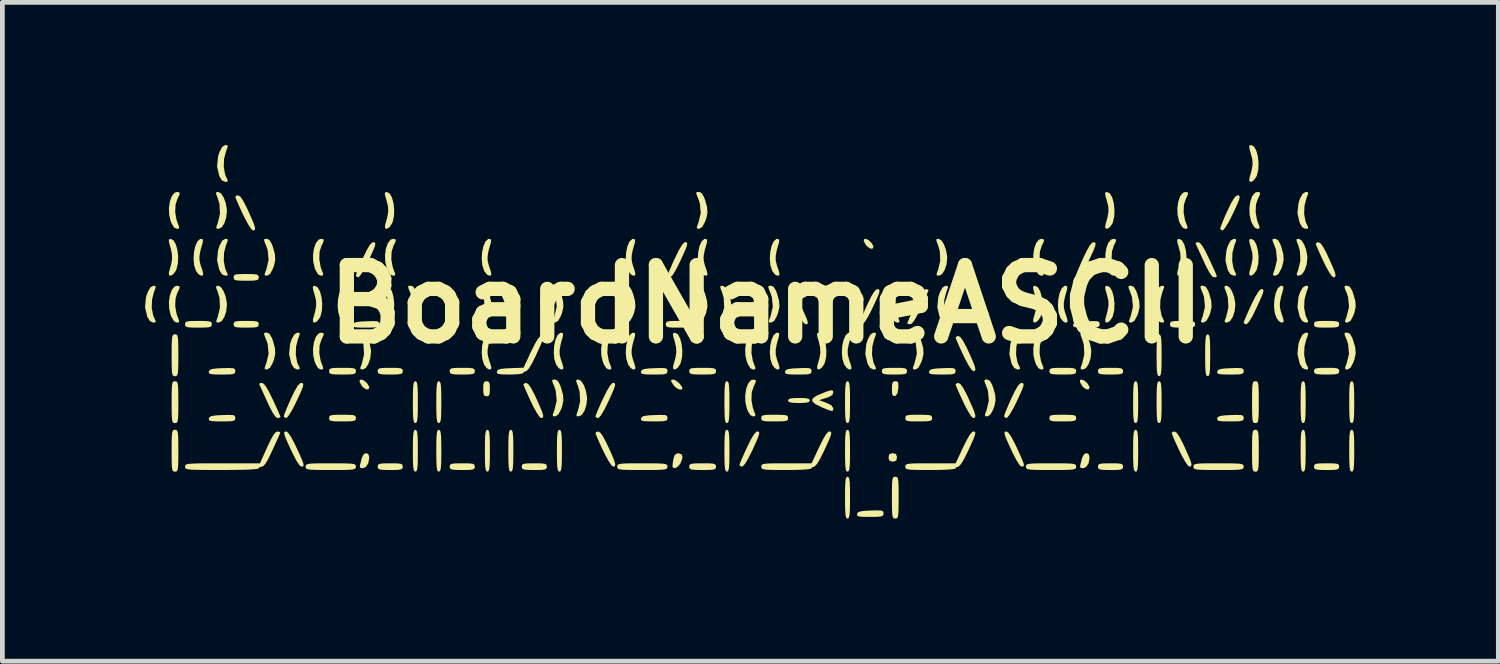
<source format=kicad_pcb>
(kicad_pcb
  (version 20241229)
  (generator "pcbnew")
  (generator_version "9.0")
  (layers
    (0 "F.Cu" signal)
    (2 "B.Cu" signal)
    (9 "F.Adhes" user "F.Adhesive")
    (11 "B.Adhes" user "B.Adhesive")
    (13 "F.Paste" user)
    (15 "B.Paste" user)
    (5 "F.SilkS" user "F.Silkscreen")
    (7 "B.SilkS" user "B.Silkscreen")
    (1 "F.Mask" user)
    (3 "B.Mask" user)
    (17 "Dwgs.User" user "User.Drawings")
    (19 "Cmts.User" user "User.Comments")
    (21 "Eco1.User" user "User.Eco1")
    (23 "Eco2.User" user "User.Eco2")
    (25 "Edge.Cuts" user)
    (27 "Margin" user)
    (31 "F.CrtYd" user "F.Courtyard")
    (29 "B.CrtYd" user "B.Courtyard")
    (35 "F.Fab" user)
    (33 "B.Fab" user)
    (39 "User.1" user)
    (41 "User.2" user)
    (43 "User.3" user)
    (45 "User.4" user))
  (footprint "BoardNameASCII"
    (layer "F.Cu")
    (at 13.066 3.347)
    (property "Reference" "BoardNameASCII" (at 0 0 0) (layer "F.SilkS") (effects (font (size 1.5 1.5) (thickness 0.3))))
    (attr board_only exclude_from_pos_files exclude_from_bom)
    (fp_poly (pts (xy -8.451 1.612) (xy -8.387 1.674) (xy -8.351 1.742) (xy -8.349 1.755) (xy -8.371 1.793) (xy -8.423 1.788) (xy -8.484 1.745) (xy -8.506 1.718) (xy -8.553 1.636) (xy -8.549 1.594) (xy -8.513 1.585)) (stroke (width 0) (type solid)) (fill yes) (layer "F.SilkS"))
    (fp_poly (pts (xy -8.368 3.155) (xy -8.349 3.226) (xy -8.37 3.346) (xy -8.424 3.426) (xy -8.494 3.452) (xy -8.547 3.436) (xy -8.547 3.391) (xy -8.525 3.31) (xy -8.506 3.232) (xy -8.468 3.157) (xy -8.415 3.131)) (stroke (width 0) (type solid)) (fill yes) (layer "F.SilkS"))
    (fp_poly (pts (xy 2.153 -1.347) (xy 2.216 -1.285) (xy 2.253 -1.217) (xy 2.255 -1.204) (xy 2.233 -1.166) (xy 2.18 -1.171) (xy 2.12 -1.215) (xy 2.098 -1.241) (xy 2.05 -1.324) (xy 2.055 -1.365) (xy 2.091 -1.374)) (stroke (width 0) (type solid)) (fill yes) (layer "F.SilkS"))
    (fp_poly (pts (xy 6.697 1.612) (xy 6.761 1.674) (xy 6.798 1.742) (xy 6.799 1.755) (xy 6.777 1.793) (xy 6.725 1.788) (xy 6.664 1.745) (xy 6.643 1.718) (xy 6.595 1.636) (xy 6.599 1.594) (xy 6.635 1.585)) (stroke (width 0) (type solid)) (fill yes) (layer "F.SilkS"))
    (fp_poly (pts (xy 6.78 3.155) (xy 6.799 3.226) (xy 6.779 3.346) (xy 6.725 3.426) (xy 6.655 3.452) (xy 6.602 3.436) (xy 6.601 3.391) (xy 6.623 3.31) (xy 6.643 3.232) (xy 6.681 3.157) (xy 6.734 3.131)) (stroke (width 0) (type solid)) (fill yes) (layer "F.SilkS"))
    (fp_poly (pts (xy -1.893 1.611) (xy -1.825 1.67) (xy -1.774 1.737) (xy -1.763 1.77) (xy -1.784 1.798) (xy -1.839 1.79) (xy -1.904 1.753) (xy -1.946 1.71) (xy -1.997 1.633) (xy -2.001 1.596) (xy -1.959 1.585) (xy -1.952 1.585)) (stroke (width 0) (type solid)) (fill yes) (layer "F.SilkS"))
    (fp_poly (pts (xy 2.727 3.15) (xy 2.747 3.207) (xy 2.748 3.223) (xy 2.733 3.29) (xy 2.676 3.311) (xy 2.66 3.312) (xy 2.593 3.297) (xy 2.572 3.24) (xy 2.572 3.223) (xy 2.586 3.156) (xy 2.644 3.136) (xy 2.66 3.135)) (stroke (width 0) (type solid)) (fill yes) (layer "F.SilkS"))
    (fp_poly (pts (xy -1.779 3.16) (xy -1.761 3.226) (xy -1.793 3.323) (xy -1.818 3.366) (xy -1.877 3.429) (xy -1.933 3.451) (xy -1.969 3.429) (xy -1.973 3.404) (xy -1.966 3.336) (xy -1.951 3.245) (xy -1.922 3.165) (xy -1.869 3.137) (xy -1.845 3.135)) (stroke (width 0) (type solid)) (fill yes) (layer "F.SilkS"))
    (fp_poly (pts (xy 2.76 1.629) (xy 2.778 1.669) (xy 2.777 1.757) (xy 2.776 1.77) (xy 2.759 1.875) (xy 2.723 1.924) (xy 2.704 1.931) (xy 2.666 1.927) (xy 2.647 1.885) (xy 2.642 1.79) (xy 2.642 1.782) (xy 2.646 1.682) (xy 2.665 1.634) (xy 2.705 1.621) (xy 2.715 1.621)) (stroke (width 0) (type solid)) (fill yes) (layer "F.SilkS"))
    (fp_poly (pts (xy -5.839 1.631) (xy -5.818 1.674) (xy -5.813 1.768) (xy -5.813 1.779) (xy -5.817 1.878) (xy -5.837 1.925) (xy -5.878 1.938) (xy -5.883 1.938) (xy -5.927 1.927) (xy -5.948 1.884) (xy -5.954 1.79) (xy -5.954 1.779) (xy -5.949 1.68) (xy -5.93 1.633) (xy -5.888 1.621) (xy -5.883 1.621)) (stroke (width 0) (type solid)) (fill yes) (layer "F.SilkS"))
    (fp_poly (pts (xy 0.815 1.976) (xy 0.887 1.989) (xy 0.914 2.014) (xy 0.916 2.026) (xy 0.901 2.055) (xy 0.846 2.072) (xy 0.739 2.078) (xy 0.687 2.079) (xy 0.559 2.075) (xy 0.487 2.062) (xy 0.46 2.038) (xy 0.458 2.026) (xy 0.473 1.996) (xy 0.528 1.98) (xy 0.635 1.973) (xy 0.687 1.973)) (stroke (width 0) (type solid)) (fill yes) (layer "F.SilkS"))
    (fp_poly (pts (xy -11.221 1.346) (xy -11.182 1.36) (xy -11.168 1.388) (xy -11.168 1.408) (xy -11.173 1.443) (xy -11.199 1.465) (xy -11.259 1.476) (xy -11.369 1.479) (xy -11.452 1.48) (xy -11.593 1.478) (xy -11.677 1.471) (xy -11.717 1.456) (xy -11.726 1.43) (xy -11.725 1.418) (xy -11.707 1.386) (xy -11.661 1.365) (xy -11.571 1.353) (xy -11.44 1.346) (xy -11.303 1.342)) (stroke (width 0) (type solid)) (fill yes) (layer "F.SilkS"))
    (fp_poly (pts (xy -11.221 2.332) (xy -11.182 2.346) (xy -11.168 2.374) (xy -11.168 2.394) (xy -11.173 2.43) (xy -11.199 2.451) (xy -11.259 2.462) (xy -11.369 2.466) (xy -11.452 2.466) (xy -11.593 2.464) (xy -11.677 2.458) (xy -11.717 2.442) (xy -11.726 2.416) (xy -11.725 2.404) (xy -11.707 2.372) (xy -11.661 2.352) (xy -11.571 2.339) (xy -11.44 2.332) (xy -11.303 2.329)) (stroke (width 0) (type solid)) (fill yes) (layer "F.SilkS"))
    (fp_poly (pts (xy -8.192 0.359) (xy -8.152 0.373) (xy -8.139 0.402) (xy -8.138 0.421) (xy -8.143 0.457) (xy -8.169 0.478) (xy -8.23 0.489) (xy -8.339 0.493) (xy -8.422 0.493) (xy -8.564 0.492) (xy -8.648 0.485) (xy -8.687 0.47) (xy -8.697 0.443) (xy -8.695 0.432) (xy -8.678 0.399) (xy -8.631 0.379) (xy -8.541 0.367) (xy -8.411 0.36) (xy -8.273 0.356)) (stroke (width 0) (type solid)) (fill yes) (layer "F.SilkS"))
    (fp_poly (pts (xy -2.132 1.346) (xy -2.092 1.36) (xy -2.079 1.388) (xy -2.079 1.408) (xy -2.084 1.443) (xy -2.11 1.465) (xy -2.17 1.476) (xy -2.28 1.479) (xy -2.363 1.48) (xy -2.504 1.478) (xy -2.588 1.471) (xy -2.628 1.456) (xy -2.637 1.43) (xy -2.636 1.418) (xy -2.618 1.386) (xy -2.572 1.365) (xy -2.482 1.353) (xy -2.351 1.346) (xy -2.214 1.342)) (stroke (width 0) (type solid)) (fill yes) (layer "F.SilkS"))
    (fp_poly (pts (xy -2.132 2.332) (xy -2.092 2.346) (xy -2.079 2.374) (xy -2.079 2.394) (xy -2.084 2.43) (xy -2.11 2.451) (xy -2.17 2.462) (xy -2.28 2.466) (xy -2.363 2.466) (xy -2.504 2.464) (xy -2.588 2.458) (xy -2.628 2.442) (xy -2.637 2.416) (xy -2.636 2.404) (xy -2.618 2.372) (xy -2.572 2.352) (xy -2.482 2.339) (xy -2.351 2.332) (xy -2.214 2.329)) (stroke (width 0) (type solid)) (fill yes) (layer "F.SilkS"))
    (fp_poly (pts (xy 0.897 1.346) (xy 0.937 1.36) (xy 0.95 1.388) (xy 0.951 1.408) (xy 0.946 1.443) (xy 0.92 1.465) (xy 0.859 1.476) (xy 0.75 1.479) (xy 0.667 1.48) (xy 0.526 1.478) (xy 0.442 1.471) (xy 0.402 1.456) (xy 0.393 1.43) (xy 0.394 1.418) (xy 0.412 1.386) (xy 0.458 1.365) (xy 0.548 1.353) (xy 0.679 1.346) (xy 0.816 1.342)) (stroke (width 0) (type solid)) (fill yes) (layer "F.SilkS"))
    (fp_poly (pts (xy 2.412 4.34) (xy 2.452 4.354) (xy 2.465 4.382) (xy 2.466 4.402) (xy 2.461 4.438) (xy 2.435 4.459) (xy 2.374 4.47) (xy 2.265 4.474) (xy 2.182 4.474) (xy 2.04 4.472) (xy 1.956 4.466) (xy 1.916 4.451) (xy 1.907 4.424) (xy 1.909 4.412) (xy 1.926 4.38) (xy 1.973 4.36) (xy 2.063 4.347) (xy 2.193 4.34) (xy 2.331 4.337)) (stroke (width 0) (type solid)) (fill yes) (layer "F.SilkS"))
    (fp_poly (pts (xy 3.927 1.346) (xy 3.967 1.36) (xy 3.98 1.388) (xy 3.981 1.408) (xy 3.975 1.443) (xy 3.949 1.465) (xy 3.889 1.476) (xy 3.78 1.479) (xy 3.696 1.48) (xy 3.555 1.478) (xy 3.471 1.471) (xy 3.431 1.456) (xy 3.422 1.43) (xy 3.424 1.418) (xy 3.441 1.386) (xy 3.488 1.365) (xy 3.578 1.353) (xy 3.708 1.346) (xy 3.846 1.342)) (stroke (width 0) (type solid)) (fill yes) (layer "F.SilkS"))
    (fp_poly (pts (xy 6.957 0.359) (xy 6.997 0.373) (xy 7.01 0.402) (xy 7.011 0.421) (xy 7.005 0.457) (xy 6.979 0.478) (xy 6.919 0.489) (xy 6.809 0.493) (xy 6.726 0.493) (xy 6.585 0.492) (xy 6.501 0.485) (xy 6.461 0.47) (xy 6.452 0.443) (xy 6.453 0.432) (xy 6.471 0.399) (xy 6.517 0.379) (xy 6.607 0.367) (xy 6.738 0.36) (xy 6.875 0.356)) (stroke (width 0) (type solid)) (fill yes) (layer "F.SilkS"))
    (fp_poly (pts (xy 9.986 1.346) (xy 10.026 1.36) (xy 10.039 1.388) (xy 10.04 1.408) (xy 10.035 1.443) (xy 10.009 1.465) (xy 9.948 1.476) (xy 9.839 1.479) (xy 9.756 1.48) (xy 9.615 1.478) (xy 9.531 1.471) (xy 9.491 1.456) (xy 9.482 1.43) (xy 9.483 1.418) (xy 9.501 1.386) (xy 9.547 1.365) (xy 9.637 1.353) (xy 9.768 1.346) (xy 9.905 1.342)) (stroke (width 0) (type solid)) (fill yes) (layer "F.SilkS"))
    (fp_poly (pts (xy 9.986 2.332) (xy 10.026 2.346) (xy 10.039 2.374) (xy 10.04 2.394) (xy 10.035 2.43) (xy 10.009 2.451) (xy 9.948 2.462) (xy 9.839 2.466) (xy 9.756 2.466) (xy 9.615 2.464) (xy 9.531 2.458) (xy 9.491 2.442) (xy 9.482 2.416) (xy 9.483 2.404) (xy 9.501 2.372) (xy 9.547 2.352) (xy 9.637 2.339) (xy 9.768 2.332) (xy 9.905 2.329)) (stroke (width 0) (type solid)) (fill yes) (layer "F.SilkS"))
    (fp_poly (pts (xy -12.848 -0.382) (xy -12.841 -0.355) (xy -12.865 -0.287) (xy -12.876 -0.26) (xy -12.918 -0.097) (xy -12.925 0.079) (xy -12.895 0.236) (xy -12.875 0.284) (xy -12.842 0.354) (xy -12.847 0.382) (xy -12.893 0.388) (xy -12.895 0.388) (xy -12.963 0.357) (xy -13.019 0.265) (xy -13.066 0.063) (xy -13.045 -0.149) (xy -13.013 -0.246) (xy -12.956 -0.35) (xy -12.894 -0.387) (xy -12.889 -0.388)) (stroke (width 0) (type solid)) (fill yes) (layer "F.SilkS"))
    (fp_poly (pts (xy -12.466 -1.342) (xy -12.418 -1.257) (xy -12.385 -1.137) (xy -12.369 -0.999) (xy -12.375 -0.86) (xy -12.404 -0.737) (xy -12.419 -0.703) (xy -12.471 -0.631) (xy -12.524 -0.599) (xy -12.56 -0.608) (xy -12.565 -0.663) (xy -12.561 -0.678) (xy -12.517 -0.834) (xy -12.497 -0.951) (xy -12.501 -1.06) (xy -12.529 -1.187) (xy -12.561 -1.295) (xy -12.567 -1.356) (xy -12.529 -1.374) (xy -12.526 -1.374)) (stroke (width 0) (type solid)) (fill yes) (layer "F.SilkS"))
    (fp_poly (pts (xy -11.802 0.354) (xy -11.718 0.361) (xy -11.676 0.376) (xy -11.662 0.404) (xy -11.661 0.423) (xy -11.667 0.458) (xy -11.694 0.479) (xy -11.756 0.489) (xy -11.868 0.493) (xy -11.943 0.493) (xy -12.083 0.492) (xy -12.167 0.485) (xy -12.209 0.469) (xy -12.223 0.441) (xy -12.224 0.423) (xy -12.219 0.388) (xy -12.191 0.367) (xy -12.129 0.356) (xy -12.017 0.353) (xy -11.943 0.352)) (stroke (width 0) (type solid)) (fill yes) (layer "F.SilkS"))
    (fp_poly (pts (xy -11.467 -2.328) (xy -11.413 -2.245) (xy -11.369 -2.13) (xy -11.346 -2.001) (xy -11.344 -1.953) (xy -11.359 -1.819) (xy -11.398 -1.7) (xy -11.454 -1.616) (xy -11.516 -1.585) (xy -11.56 -1.59) (xy -11.568 -1.618) (xy -11.544 -1.687) (xy -11.536 -1.707) (xy -11.49 -1.901) (xy -11.5 -2.107) (xy -11.538 -2.233) (xy -11.57 -2.315) (xy -11.57 -2.351) (xy -11.538 -2.36) (xy -11.524 -2.36)) (stroke (width 0) (type solid)) (fill yes) (layer "F.SilkS"))
    (fp_poly (pts (xy -11.467 -0.356) (xy -11.413 -0.272) (xy -11.369 -0.157) (xy -11.346 -0.028) (xy -11.344 0.019) (xy -11.359 0.154) (xy -11.398 0.273) (xy -11.454 0.356) (xy -11.516 0.388) (xy -11.56 0.382) (xy -11.568 0.355) (xy -11.544 0.285) (xy -11.536 0.265) (xy -11.49 0.071) (xy -11.5 -0.134) (xy -11.538 -0.26) (xy -11.57 -0.342) (xy -11.57 -0.378) (xy -11.538 -0.387) (xy -11.524 -0.388)) (stroke (width 0) (type solid)) (fill yes) (layer "F.SilkS"))
    (fp_poly (pts (xy -11.334 -3.342) (xy -11.326 -3.314) (xy -11.35 -3.246) (xy -11.361 -3.219) (xy -11.404 -3.056) (xy -11.41 -2.881) (xy -11.38 -2.723) (xy -11.36 -2.676) (xy -11.327 -2.605) (xy -11.332 -2.577) (xy -11.378 -2.572) (xy -11.38 -2.572) (xy -11.449 -2.602) (xy -11.504 -2.694) (xy -11.551 -2.896) (xy -11.53 -3.108) (xy -11.498 -3.205) (xy -11.441 -3.31) (xy -11.379 -3.347) (xy -11.375 -3.347)) (stroke (width 0) (type solid)) (fill yes) (layer "F.SilkS"))
    (fp_poly (pts (xy -11.334 -1.369) (xy -11.326 -1.341) (xy -11.35 -1.273) (xy -11.361 -1.246) (xy -11.404 -1.084) (xy -11.41 -0.908) (xy -11.38 -0.75) (xy -11.36 -0.703) (xy -11.327 -0.632) (xy -11.332 -0.604) (xy -11.378 -0.599) (xy -11.38 -0.599) (xy -11.449 -0.629) (xy -11.504 -0.721) (xy -11.551 -0.923) (xy -11.53 -1.135) (xy -11.498 -1.232) (xy -11.441 -1.337) (xy -11.379 -1.374) (xy -11.375 -1.374)) (stroke (width 0) (type solid)) (fill yes) (layer "F.SilkS"))
    (fp_poly (pts (xy -11.062 -2.262) (xy -11.005 -2.18) (xy -10.931 -2.038) (xy -10.895 -1.96) (xy -10.819 -1.791) (xy -10.772 -1.675) (xy -10.751 -1.603) (xy -10.755 -1.564) (xy -10.782 -1.551) (xy -10.795 -1.55) (xy -10.832 -1.581) (xy -10.889 -1.665) (xy -10.959 -1.793) (xy -11.007 -1.889) (xy -11.073 -2.032) (xy -11.126 -2.151) (xy -11.159 -2.232) (xy -11.168 -2.259) (xy -11.138 -2.285) (xy -11.106 -2.289)) (stroke (width 0) (type solid)) (fill yes) (layer "F.SilkS"))
    (fp_poly (pts (xy -10.803 -0.632) (xy -10.724 -0.625) (xy -10.686 -0.607) (xy -10.675 -0.576) (xy -10.674 -0.564) (xy -10.681 -0.528) (xy -10.709 -0.507) (xy -10.774 -0.496) (xy -10.891 -0.493) (xy -10.939 -0.493) (xy -11.074 -0.495) (xy -11.153 -0.502) (xy -11.191 -0.52) (xy -11.202 -0.551) (xy -11.203 -0.564) (xy -11.197 -0.6) (xy -11.168 -0.621) (xy -11.103 -0.631) (xy -10.986 -0.634) (xy -10.939 -0.634)) (stroke (width 0) (type solid)) (fill yes) (layer "F.SilkS"))
    (fp_poly (pts (xy -10.803 0.354) (xy -10.724 0.362) (xy -10.686 0.379) (xy -10.675 0.41) (xy -10.674 0.423) (xy -10.681 0.459) (xy -10.709 0.48) (xy -10.774 0.49) (xy -10.891 0.493) (xy -10.939 0.493) (xy -11.074 0.492) (xy -11.153 0.484) (xy -11.191 0.467) (xy -11.202 0.435) (xy -11.203 0.423) (xy -11.197 0.387) (xy -11.168 0.366) (xy -11.103 0.355) (xy -10.986 0.352) (xy -10.939 0.352)) (stroke (width 0) (type solid)) (fill yes) (layer "F.SilkS"))
    (fp_poly (pts (xy -10.571 1.673) (xy -10.523 1.732) (xy -10.461 1.839) (xy -10.38 2.004) (xy -10.314 2.147) (xy -10.26 2.266) (xy -10.226 2.346) (xy -10.216 2.374) (xy -10.246 2.392) (xy -10.278 2.395) (xy -10.32 2.37) (xy -10.375 2.292) (xy -10.447 2.157) (xy -10.496 2.052) (xy -10.561 1.908) (xy -10.616 1.789) (xy -10.653 1.709) (xy -10.665 1.682) (xy -10.648 1.661) (xy -10.611 1.656)) (stroke (width 0) (type solid)) (fill yes) (layer "F.SilkS"))
    (fp_poly (pts (xy -10.051 2.71) (xy -9.99 2.802) (xy -9.913 2.948) (xy -9.881 3.016) (xy -9.804 3.182) (xy -9.756 3.295) (xy -9.733 3.364) (xy -9.732 3.401) (xy -9.751 3.415) (xy -9.778 3.417) (xy -9.821 3.385) (xy -9.883 3.29) (xy -9.961 3.139) (xy -9.989 3.08) (xy -10.066 2.914) (xy -10.114 2.801) (xy -10.137 2.731) (xy -10.137 2.694) (xy -10.117 2.679) (xy -10.092 2.677)) (stroke (width 0) (type solid)) (fill yes) (layer "F.SilkS"))
    (fp_poly (pts (xy -9.819 0.604) (xy -9.811 0.631) (xy -9.835 0.7) (xy -9.846 0.726) (xy -9.889 0.889) (xy -9.895 1.065) (xy -9.866 1.223) (xy -9.846 1.27) (xy -9.812 1.341) (xy -9.817 1.369) (xy -9.863 1.374) (xy -9.865 1.374) (xy -9.934 1.343) (xy -9.989 1.252) (xy -10.036 1.049) (xy -10.015 0.837) (xy -9.984 0.741) (xy -9.926 0.636) (xy -9.864 0.599) (xy -9.86 0.599)) (stroke (width 0) (type solid)) (fill yes) (layer "F.SilkS"))
    (fp_poly (pts (xy -9.75 1.662) (xy -9.737 1.684) (xy -9.745 1.734) (xy -9.777 1.82) (xy -9.837 1.952) (xy -9.908 2.101) (xy -9.974 2.23) (xy -10.036 2.33) (xy -10.082 2.387) (xy -10.097 2.396) (xy -10.141 2.371) (xy -10.146 2.354) (xy -10.132 2.306) (xy -10.094 2.21) (xy -10.039 2.082) (xy -9.996 1.985) (xy -9.917 1.821) (xy -9.855 1.716) (xy -9.807 1.665) (xy -9.782 1.657)) (stroke (width 0) (type solid)) (fill yes) (layer "F.SilkS"))
    (fp_poly (pts (xy -8.772 1.34) (xy -8.688 1.347) (xy -8.646 1.363) (xy -8.632 1.391) (xy -8.631 1.409) (xy -8.637 1.444) (xy -8.664 1.465) (xy -8.727 1.476) (xy -8.839 1.479) (xy -8.913 1.48) (xy -9.053 1.478) (xy -9.137 1.471) (xy -9.18 1.456) (xy -9.194 1.428) (xy -9.195 1.409) (xy -9.189 1.374) (xy -9.162 1.353) (xy -9.099 1.342) (xy -8.987 1.339) (xy -8.913 1.339)) (stroke (width 0) (type solid)) (fill yes) (layer "F.SilkS"))
    (fp_poly (pts (xy -8.772 2.327) (xy -8.688 2.333) (xy -8.646 2.349) (xy -8.632 2.377) (xy -8.631 2.396) (xy -8.637 2.431) (xy -8.664 2.452) (xy -8.727 2.462) (xy -8.839 2.466) (xy -8.913 2.466) (xy -9.053 2.465) (xy -9.137 2.458) (xy -9.18 2.442) (xy -9.194 2.414) (xy -9.195 2.396) (xy -9.189 2.36) (xy -9.162 2.339) (xy -9.099 2.329) (xy -8.987 2.325) (xy -8.913 2.325)) (stroke (width 0) (type solid)) (fill yes) (layer "F.SilkS"))
    (fp_poly (pts (xy -8.437 0.631) (xy -8.383 0.714) (xy -8.34 0.83) (xy -8.316 0.958) (xy -8.314 1.006) (xy -8.329 1.141) (xy -8.369 1.259) (xy -8.424 1.343) (xy -8.487 1.374) (xy -8.53 1.369) (xy -8.539 1.341) (xy -8.514 1.272) (xy -8.506 1.252) (xy -8.46 1.058) (xy -8.471 0.853) (xy -8.508 0.726) (xy -8.54 0.644) (xy -8.541 0.608) (xy -8.508 0.599) (xy -8.494 0.599)) (stroke (width 0) (type solid)) (fill yes) (layer "F.SilkS"))
    (fp_poly (pts (xy -8.235 -1.297) (xy -8.222 -1.275) (xy -8.23 -1.225) (xy -8.263 -1.139) (xy -8.322 -1.007) (xy -8.393 -0.858) (xy -8.459 -0.73) (xy -8.521 -0.629) (xy -8.567 -0.572) (xy -8.583 -0.564) (xy -8.627 -0.588) (xy -8.631 -0.605) (xy -8.617 -0.653) (xy -8.58 -0.749) (xy -8.525 -0.878) (xy -8.481 -0.974) (xy -8.402 -1.138) (xy -8.34 -1.243) (xy -8.292 -1.294) (xy -8.268 -1.302)) (stroke (width 0) (type solid)) (fill yes) (layer "F.SilkS"))
    (fp_poly (pts (xy -7.774 1.34) (xy -7.695 1.348) (xy -7.656 1.365) (xy -7.645 1.396) (xy -7.645 1.409) (xy -7.651 1.445) (xy -7.679 1.466) (xy -7.745 1.476) (xy -7.861 1.48) (xy -7.909 1.48) (xy -8.044 1.478) (xy -8.123 1.47) (xy -8.161 1.453) (xy -8.173 1.422) (xy -8.173 1.409) (xy -8.167 1.373) (xy -8.138 1.352) (xy -8.073 1.342) (xy -7.956 1.339) (xy -7.909 1.339)) (stroke (width 0) (type solid)) (fill yes) (layer "F.SilkS"))
    (fp_poly (pts (xy -7.774 3.348) (xy -7.695 3.356) (xy -7.656 3.373) (xy -7.645 3.405) (xy -7.645 3.417) (xy -7.651 3.453) (xy -7.679 3.474) (xy -7.745 3.485) (xy -7.861 3.488) (xy -7.909 3.488) (xy -8.044 3.486) (xy -8.123 3.478) (xy -8.161 3.461) (xy -8.173 3.43) (xy -8.173 3.417) (xy -8.167 3.381) (xy -8.138 3.36) (xy -8.073 3.35) (xy -7.956 3.347) (xy -7.909 3.347)) (stroke (width 0) (type solid)) (fill yes) (layer "F.SilkS"))
    (fp_poly (pts (xy -6.259 1.34) (xy -6.18 1.348) (xy -6.142 1.365) (xy -6.13 1.396) (xy -6.13 1.409) (xy -6.136 1.445) (xy -6.165 1.466) (xy -6.23 1.476) (xy -6.346 1.48) (xy -6.394 1.48) (xy -6.529 1.478) (xy -6.608 1.47) (xy -6.646 1.453) (xy -6.658 1.422) (xy -6.658 1.409) (xy -6.652 1.373) (xy -6.624 1.352) (xy -6.558 1.342) (xy -6.442 1.339) (xy -6.394 1.339)) (stroke (width 0) (type solid)) (fill yes) (layer "F.SilkS"))
    (fp_poly (pts (xy -6.259 3.348) (xy -6.18 3.356) (xy -6.142 3.373) (xy -6.13 3.405) (xy -6.13 3.417) (xy -6.136 3.453) (xy -6.165 3.474) (xy -6.23 3.485) (xy -6.346 3.488) (xy -6.394 3.488) (xy -6.529 3.486) (xy -6.608 3.478) (xy -6.646 3.461) (xy -6.658 3.43) (xy -6.658 3.417) (xy -6.652 3.381) (xy -6.624 3.36) (xy -6.558 3.35) (xy -6.442 3.347) (xy -6.394 3.347)) (stroke (width 0) (type solid)) (fill yes) (layer "F.SilkS"))
    (fp_poly (pts (xy -5.506 -0.285) (xy -5.445 -0.193) (xy -5.369 -0.046) (xy -5.336 0.022) (xy -5.26 0.188) (xy -5.212 0.3) (xy -5.188 0.37) (xy -5.188 0.406) (xy -5.207 0.421) (xy -5.234 0.423) (xy -5.276 0.39) (xy -5.338 0.296) (xy -5.417 0.145) (xy -5.445 0.086) (xy -5.521 -0.081) (xy -5.569 -0.194) (xy -5.592 -0.264) (xy -5.592 -0.301) (xy -5.572 -0.315) (xy -5.547 -0.317)) (stroke (width 0) (type solid)) (fill yes) (layer "F.SilkS"))
    (fp_poly (pts (xy -5.003 1.684) (xy -4.946 1.765) (xy -4.872 1.907) (xy -4.835 1.985) (xy -4.759 2.155) (xy -4.712 2.271) (xy -4.692 2.343) (xy -4.696 2.381) (xy -4.722 2.395) (xy -4.736 2.396) (xy -4.773 2.365) (xy -4.83 2.28) (xy -4.9 2.153) (xy -4.947 2.056) (xy -5.013 1.914) (xy -5.066 1.795) (xy -5.1 1.714) (xy -5.108 1.686) (xy -5.079 1.661) (xy -5.047 1.657)) (stroke (width 0) (type solid)) (fill yes) (layer "F.SilkS"))
    (fp_poly (pts (xy -4.744 3.348) (xy -4.665 3.356) (xy -4.627 3.373) (xy -4.615 3.405) (xy -4.615 3.417) (xy -4.621 3.453) (xy -4.65 3.474) (xy -4.715 3.485) (xy -4.832 3.488) (xy -4.879 3.488) (xy -5.014 3.486) (xy -5.094 3.478) (xy -5.132 3.461) (xy -5.143 3.43) (xy -5.143 3.417) (xy -5.137 3.381) (xy -5.109 3.36) (xy -5.043 3.35) (xy -4.927 3.347) (xy -4.879 3.347)) (stroke (width 0) (type solid)) (fill yes) (layer "F.SilkS"))
    (fp_poly (pts (xy -3.893 1.617) (xy -3.838 1.7) (xy -3.795 1.816) (xy -3.772 1.945) (xy -3.769 1.992) (xy -3.785 2.127) (xy -3.824 2.245) (xy -3.88 2.329) (xy -3.942 2.36) (xy -3.986 2.355) (xy -3.994 2.328) (xy -3.97 2.258) (xy -3.961 2.238) (xy -3.915 2.044) (xy -3.926 1.839) (xy -3.964 1.713) (xy -3.995 1.631) (xy -3.996 1.595) (xy -3.964 1.585) (xy -3.95 1.585)) (stroke (width 0) (type solid)) (fill yes) (layer "F.SilkS"))
    (fp_poly (pts (xy -3.488 2.705) (xy -3.431 2.787) (xy -3.357 2.929) (xy -3.32 3.007) (xy -3.244 3.176) (xy -3.197 3.292) (xy -3.177 3.365) (xy -3.181 3.403) (xy -3.207 3.416) (xy -3.221 3.417) (xy -3.258 3.387) (xy -3.315 3.302) (xy -3.385 3.174) (xy -3.433 3.078) (xy -3.499 2.936) (xy -3.551 2.817) (xy -3.585 2.735) (xy -3.593 2.708) (xy -3.564 2.683) (xy -3.532 2.678)) (stroke (width 0) (type solid)) (fill yes) (layer "F.SilkS"))
    (fp_poly (pts (xy -3.192 1.66) (xy -3.178 1.68) (xy -3.184 1.726) (xy -3.214 1.807) (xy -3.27 1.935) (xy -3.327 2.058) (xy -3.41 2.227) (xy -3.478 2.34) (xy -3.527 2.392) (xy -3.538 2.396) (xy -3.587 2.378) (xy -3.593 2.363) (xy -3.579 2.319) (xy -3.541 2.226) (xy -3.486 2.1) (xy -3.437 1.993) (xy -3.353 1.825) (xy -3.286 1.712) (xy -3.237 1.659) (xy -3.225 1.656)) (stroke (width 0) (type solid)) (fill yes) (layer "F.SilkS"))
    (fp_poly (pts (xy -2.245 -0.382) (xy -2.237 -0.355) (xy -2.261 -0.287) (xy -2.272 -0.26) (xy -2.315 -0.097) (xy -2.321 0.079) (xy -2.291 0.236) (xy -2.271 0.284) (xy -2.238 0.354) (xy -2.243 0.382) (xy -2.289 0.388) (xy -2.291 0.388) (xy -2.359 0.357) (xy -2.415 0.265) (xy -2.462 0.063) (xy -2.441 -0.149) (xy -2.409 -0.246) (xy -2.352 -0.35) (xy -2.29 -0.387) (xy -2.286 -0.388)) (stroke (width 0) (type solid)) (fill yes) (layer "F.SilkS"))
    (fp_poly (pts (xy -1.862 0.631) (xy -1.814 0.716) (xy -1.781 0.836) (xy -1.766 0.974) (xy -1.771 1.113) (xy -1.8 1.236) (xy -1.815 1.27) (xy -1.867 1.342) (xy -1.92 1.374) (xy -1.957 1.365) (xy -1.961 1.31) (xy -1.957 1.295) (xy -1.913 1.139) (xy -1.893 1.022) (xy -1.897 0.913) (xy -1.925 0.786) (xy -1.957 0.678) (xy -1.964 0.617) (xy -1.925 0.599) (xy -1.922 0.599)) (stroke (width 0) (type solid)) (fill yes) (layer "F.SilkS"))
    (fp_poly (pts (xy -1.714 0.354) (xy -1.635 0.362) (xy -1.597 0.379) (xy -1.586 0.41) (xy -1.585 0.423) (xy -1.592 0.459) (xy -1.62 0.48) (xy -1.685 0.49) (xy -1.802 0.493) (xy -1.85 0.493) (xy -1.985 0.492) (xy -2.064 0.484) (xy -2.102 0.467) (xy -2.113 0.435) (xy -2.114 0.423) (xy -2.107 0.387) (xy -2.079 0.366) (xy -2.014 0.355) (xy -1.897 0.352) (xy -1.85 0.352)) (stroke (width 0) (type solid)) (fill yes) (layer "F.SilkS"))
    (fp_poly (pts (xy -1.677 -1.299) (xy -1.663 -1.279) (xy -1.669 -1.234) (xy -1.699 -1.152) (xy -1.755 -1.025) (xy -1.812 -0.901) (xy -1.896 -0.733) (xy -1.963 -0.62) (xy -2.012 -0.567) (xy -2.024 -0.564) (xy -2.072 -0.581) (xy -2.079 -0.596) (xy -2.064 -0.64) (xy -2.026 -0.733) (xy -1.971 -0.859) (xy -1.922 -0.966) (xy -1.839 -1.135) (xy -1.771 -1.247) (xy -1.722 -1.3) (xy -1.711 -1.303)) (stroke (width 0) (type solid)) (fill yes) (layer "F.SilkS"))
    (fp_poly (pts (xy -1.198 1.34) (xy -1.114 1.347) (xy -1.072 1.363) (xy -1.058 1.391) (xy -1.057 1.409) (xy -1.063 1.444) (xy -1.09 1.465) (xy -1.152 1.476) (xy -1.264 1.479) (xy -1.339 1.48) (xy -1.479 1.478) (xy -1.563 1.471) (xy -1.605 1.456) (xy -1.619 1.428) (xy -1.621 1.409) (xy -1.615 1.374) (xy -1.588 1.353) (xy -1.525 1.342) (xy -1.413 1.339) (xy -1.339 1.339)) (stroke (width 0) (type solid)) (fill yes) (layer "F.SilkS"))
    (fp_poly (pts (xy -1.198 3.348) (xy -1.114 3.355) (xy -1.072 3.371) (xy -1.058 3.399) (xy -1.057 3.417) (xy -1.063 3.452) (xy -1.09 3.473) (xy -1.152 3.484) (xy -1.264 3.487) (xy -1.339 3.488) (xy -1.479 3.486) (xy -1.563 3.479) (xy -1.605 3.464) (xy -1.619 3.436) (xy -1.621 3.417) (xy -1.615 3.382) (xy -1.588 3.361) (xy -1.525 3.351) (xy -1.413 3.347) (xy -1.339 3.347)) (stroke (width 0) (type solid)) (fill yes) (layer "F.SilkS"))
    (fp_poly (pts (xy -0.863 -0.356) (xy -0.809 -0.272) (xy -0.765 -0.157) (xy -0.742 -0.028) (xy -0.74 0.019) (xy -0.755 0.154) (xy -0.795 0.273) (xy -0.85 0.356) (xy -0.912 0.388) (xy -0.956 0.382) (xy -0.964 0.355) (xy -0.94 0.285) (xy -0.932 0.265) (xy -0.886 0.071) (xy -0.896 -0.134) (xy -0.934 -0.26) (xy -0.966 -0.342) (xy -0.966 -0.378) (xy -0.934 -0.387) (xy -0.92 -0.388)) (stroke (width 0) (type solid)) (fill yes) (layer "F.SilkS"))
    (fp_poly (pts (xy -0.163 2.682) (xy -0.148 2.702) (xy -0.154 2.747) (xy -0.184 2.829) (xy -0.24 2.956) (xy -0.297 3.08) (xy -0.381 3.248) (xy -0.449 3.361) (xy -0.498 3.414) (xy -0.509 3.417) (xy -0.557 3.4) (xy -0.564 3.384) (xy -0.55 3.341) (xy -0.512 3.248) (xy -0.456 3.121) (xy -0.407 3.015) (xy -0.324 2.846) (xy -0.256 2.733) (xy -0.207 2.681) (xy -0.196 2.677)) (stroke (width 0) (type solid)) (fill yes) (layer "F.SilkS"))
    (fp_poly (pts (xy 0.317 2.327) (xy 0.401 2.333) (xy 0.443 2.349) (xy 0.457 2.377) (xy 0.458 2.396) (xy 0.452 2.431) (xy 0.425 2.452) (xy 0.363 2.462) (xy 0.25 2.466) (xy 0.176 2.466) (xy 0.036 2.465) (xy -0.048 2.458) (xy -0.091 2.442) (xy -0.105 2.414) (xy -0.106 2.396) (xy -0.1 2.36) (xy -0.073 2.339) (xy -0.01 2.329) (xy 0.102 2.325) (xy 0.176 2.325)) (stroke (width 0) (type solid)) (fill yes) (layer "F.SilkS"))
    (fp_poly (pts (xy 0.553 -0.285) (xy 0.614 -0.193) (xy 0.691 -0.046) (xy 0.723 0.022) (xy 0.799 0.188) (xy 0.848 0.3) (xy 0.871 0.37) (xy 0.872 0.406) (xy 0.853 0.421) (xy 0.826 0.423) (xy 0.783 0.39) (xy 0.721 0.296) (xy 0.642 0.145) (xy 0.614 0.086) (xy 0.538 -0.081) (xy 0.49 -0.194) (xy 0.467 -0.264) (xy 0.467 -0.301) (xy 0.487 -0.315) (xy 0.512 -0.317)) (stroke (width 0) (type solid)) (fill yes) (layer "F.SilkS"))
    (fp_poly (pts (xy 1.168 0.631) (xy 1.216 0.716) (xy 1.249 0.836) (xy 1.264 0.974) (xy 1.259 1.113) (xy 1.23 1.236) (xy 1.214 1.27) (xy 1.162 1.342) (xy 1.11 1.374) (xy 1.073 1.365) (xy 1.069 1.31) (xy 1.073 1.295) (xy 1.117 1.139) (xy 1.137 1.022) (xy 1.132 0.913) (xy 1.104 0.786) (xy 1.073 0.678) (xy 1.066 0.617) (xy 1.105 0.599) (xy 1.107 0.599)) (stroke (width 0) (type solid)) (fill yes) (layer "F.SilkS"))
    (fp_poly (pts (xy 2.3 0.604) (xy 2.308 0.631) (xy 2.284 0.7) (xy 2.273 0.726) (xy 2.23 0.889) (xy 2.223 1.065) (xy 2.253 1.223) (xy 2.273 1.27) (xy 2.306 1.341) (xy 2.302 1.369) (xy 2.256 1.374) (xy 2.254 1.374) (xy 2.185 1.343) (xy 2.13 1.252) (xy 2.082 1.049) (xy 2.103 0.837) (xy 2.135 0.741) (xy 2.192 0.636) (xy 2.254 0.599) (xy 2.259 0.599)) (stroke (width 0) (type solid)) (fill yes) (layer "F.SilkS"))
    (fp_poly (pts (xy 2.369 -0.311) (xy 2.382 -0.288) (xy 2.374 -0.239) (xy 2.341 -0.153) (xy 2.282 -0.021) (xy 2.211 0.128) (xy 2.144 0.257) (xy 2.083 0.357) (xy 2.037 0.415) (xy 2.021 0.423) (xy 1.977 0.399) (xy 1.973 0.381) (xy 1.987 0.333) (xy 2.024 0.237) (xy 2.079 0.109) (xy 2.123 0.012) (xy 2.202 -0.152) (xy 2.264 -0.256) (xy 2.312 -0.308) (xy 2.336 -0.316)) (stroke (width 0) (type solid)) (fill yes) (layer "F.SilkS"))
    (fp_poly (pts (xy 2.83 1.34) (xy 2.909 1.348) (xy 2.947 1.365) (xy 2.959 1.396) (xy 2.959 1.409) (xy 2.953 1.445) (xy 2.925 1.466) (xy 2.859 1.476) (xy 2.743 1.48) (xy 2.695 1.48) (xy 2.56 1.478) (xy 2.481 1.47) (xy 2.443 1.453) (xy 2.431 1.422) (xy 2.431 1.409) (xy 2.437 1.373) (xy 2.465 1.352) (xy 2.531 1.342) (xy 2.647 1.339) (xy 2.695 1.339)) (stroke (width 0) (type solid)) (fill yes) (layer "F.SilkS"))
    (fp_poly (pts (xy 3.346 2.327) (xy 3.43 2.333) (xy 3.472 2.349) (xy 3.487 2.377) (xy 3.488 2.396) (xy 3.482 2.431) (xy 3.455 2.452) (xy 3.392 2.462) (xy 3.28 2.466) (xy 3.206 2.466) (xy 3.065 2.465) (xy 2.981 2.458) (xy 2.939 2.442) (xy 2.925 2.414) (xy 2.924 2.396) (xy 2.93 2.36) (xy 2.957 2.339) (xy 3.019 2.329) (xy 3.132 2.325) (xy 3.206 2.325)) (stroke (width 0) (type solid)) (fill yes) (layer "F.SilkS"))
    (fp_poly (pts (xy 3.681 -1.342) (xy 3.736 -1.259) (xy 3.779 -1.143) (xy 3.803 -1.014) (xy 3.805 -0.967) (xy 3.79 -0.832) (xy 3.75 -0.714) (xy 3.694 -0.63) (xy 3.632 -0.599) (xy 3.588 -0.604) (xy 3.58 -0.632) (xy 3.604 -0.701) (xy 3.613 -0.721) (xy 3.659 -0.915) (xy 3.648 -1.12) (xy 3.61 -1.246) (xy 3.579 -1.328) (xy 3.578 -1.365) (xy 3.61 -1.374) (xy 3.624 -1.374)) (stroke (width 0) (type solid)) (fill yes) (layer "F.SilkS"))
    (fp_poly (pts (xy 3.815 -0.382) (xy 3.822 -0.355) (xy 3.799 -0.287) (xy 3.788 -0.26) (xy 3.745 -0.097) (xy 3.738 0.079) (xy 3.768 0.236) (xy 3.788 0.284) (xy 3.821 0.354) (xy 3.816 0.382) (xy 3.77 0.388) (xy 3.769 0.388) (xy 3.7 0.357) (xy 3.644 0.265) (xy 3.597 0.063) (xy 3.618 -0.149) (xy 3.65 -0.246) (xy 3.707 -0.35) (xy 3.769 -0.387) (xy 3.774 -0.388)) (stroke (width 0) (type solid)) (fill yes) (layer "F.SilkS"))
    (fp_poly (pts (xy 4.086 0.697) (xy 4.143 0.779) (xy 4.218 0.921) (xy 4.254 0.999) (xy 4.33 1.168) (xy 4.377 1.284) (xy 4.397 1.357) (xy 4.393 1.395) (xy 4.367 1.408) (xy 4.353 1.409) (xy 4.316 1.378) (xy 4.259 1.294) (xy 4.189 1.166) (xy 4.142 1.07) (xy 4.076 0.928) (xy 4.023 0.809) (xy 3.989 0.727) (xy 3.981 0.7) (xy 4.01 0.675) (xy 4.043 0.67)) (stroke (width 0) (type solid)) (fill yes) (layer "F.SilkS"))
    (fp_poly (pts (xy 4.086 1.684) (xy 4.143 1.765) (xy 4.218 1.907) (xy 4.254 1.985) (xy 4.33 2.155) (xy 4.377 2.271) (xy 4.397 2.343) (xy 4.393 2.381) (xy 4.367 2.395) (xy 4.353 2.396) (xy 4.316 2.365) (xy 4.259 2.28) (xy 4.189 2.153) (xy 4.142 2.056) (xy 4.076 1.914) (xy 4.023 1.795) (xy 3.989 1.714) (xy 3.981 1.686) (xy 4.01 1.661) (xy 4.043 1.657)) (stroke (width 0) (type solid)) (fill yes) (layer "F.SilkS"))
    (fp_poly (pts (xy 5.098 2.71) (xy 5.159 2.802) (xy 5.235 2.948) (xy 5.268 3.016) (xy 5.344 3.182) (xy 5.392 3.295) (xy 5.416 3.364) (xy 5.416 3.401) (xy 5.397 3.415) (xy 5.37 3.417) (xy 5.328 3.385) (xy 5.266 3.29) (xy 5.187 3.139) (xy 5.159 3.08) (xy 5.083 2.914) (xy 5.034 2.801) (xy 5.012 2.731) (xy 5.012 2.694) (xy 5.032 2.679) (xy 5.056 2.677)) (stroke (width 0) (type solid)) (fill yes) (layer "F.SilkS"))
    (fp_poly (pts (xy 5.33 0.604) (xy 5.337 0.631) (xy 5.313 0.7) (xy 5.302 0.726) (xy 5.26 0.889) (xy 5.253 1.065) (xy 5.283 1.223) (xy 5.303 1.27) (xy 5.336 1.341) (xy 5.331 1.369) (xy 5.285 1.374) (xy 5.283 1.374) (xy 5.215 1.343) (xy 5.159 1.252) (xy 5.112 1.049) (xy 5.133 0.837) (xy 5.165 0.741) (xy 5.222 0.636) (xy 5.284 0.599) (xy 5.289 0.599)) (stroke (width 0) (type solid)) (fill yes) (layer "F.SilkS"))
    (fp_poly (pts (xy 5.398 1.662) (xy 5.412 1.684) (xy 5.404 1.734) (xy 5.371 1.82) (xy 5.311 1.952) (xy 5.241 2.101) (xy 5.174 2.23) (xy 5.113 2.33) (xy 5.066 2.387) (xy 5.051 2.396) (xy 5.007 2.371) (xy 5.002 2.354) (xy 5.016 2.306) (xy 5.054 2.21) (xy 5.109 2.082) (xy 5.152 1.985) (xy 5.232 1.821) (xy 5.293 1.716) (xy 5.342 1.665) (xy 5.366 1.657)) (stroke (width 0) (type solid)) (fill yes) (layer "F.SilkS"))
    (fp_poly (pts (xy 6.376 1.34) (xy 6.46 1.347) (xy 6.502 1.363) (xy 6.516 1.391) (xy 6.517 1.409) (xy 6.511 1.444) (xy 6.484 1.465) (xy 6.422 1.476) (xy 6.31 1.479) (xy 6.236 1.48) (xy 6.095 1.478) (xy 6.011 1.471) (xy 5.969 1.456) (xy 5.955 1.428) (xy 5.954 1.409) (xy 5.96 1.374) (xy 5.987 1.353) (xy 6.049 1.342) (xy 6.161 1.339) (xy 6.236 1.339)) (stroke (width 0) (type solid)) (fill yes) (layer "F.SilkS"))
    (fp_poly (pts (xy 6.376 2.327) (xy 6.46 2.333) (xy 6.502 2.349) (xy 6.516 2.377) (xy 6.517 2.396) (xy 6.511 2.431) (xy 6.484 2.452) (xy 6.422 2.462) (xy 6.31 2.466) (xy 6.236 2.466) (xy 6.095 2.465) (xy 6.011 2.458) (xy 5.969 2.442) (xy 5.955 2.414) (xy 5.954 2.396) (xy 5.96 2.36) (xy 5.987 2.339) (xy 6.049 2.329) (xy 6.161 2.325) (xy 6.236 2.325)) (stroke (width 0) (type solid)) (fill yes) (layer "F.SilkS"))
    (fp_poly (pts (xy 6.711 0.631) (xy 6.766 0.714) (xy 6.809 0.83) (xy 6.832 0.958) (xy 6.834 1.006) (xy 6.819 1.141) (xy 6.78 1.259) (xy 6.724 1.343) (xy 6.662 1.374) (xy 6.618 1.369) (xy 6.61 1.341) (xy 6.634 1.272) (xy 6.642 1.252) (xy 6.688 1.058) (xy 6.678 0.853) (xy 6.64 0.726) (xy 6.609 0.644) (xy 6.608 0.608) (xy 6.64 0.599) (xy 6.654 0.599)) (stroke (width 0) (type solid)) (fill yes) (layer "F.SilkS"))
    (fp_poly (pts (xy 6.913 -1.297) (xy 6.927 -1.275) (xy 6.918 -1.225) (xy 6.886 -1.139) (xy 6.826 -1.007) (xy 6.756 -0.858) (xy 6.689 -0.73) (xy 6.628 -0.629) (xy 6.581 -0.572) (xy 6.566 -0.564) (xy 6.522 -0.588) (xy 6.517 -0.605) (xy 6.531 -0.653) (xy 6.569 -0.749) (xy 6.624 -0.878) (xy 6.667 -0.974) (xy 6.747 -1.138) (xy 6.808 -1.243) (xy 6.856 -1.294) (xy 6.881 -1.302)) (stroke (width 0) (type solid)) (fill yes) (layer "F.SilkS"))
    (fp_poly (pts (xy 7.375 1.34) (xy 7.454 1.348) (xy 7.492 1.365) (xy 7.503 1.396) (xy 7.504 1.409) (xy 7.498 1.445) (xy 7.469 1.466) (xy 7.404 1.476) (xy 7.287 1.48) (xy 7.24 1.48) (xy 7.104 1.478) (xy 7.025 1.47) (xy 6.987 1.453) (xy 6.976 1.422) (xy 6.975 1.409) (xy 6.982 1.373) (xy 7.01 1.352) (xy 7.075 1.342) (xy 7.192 1.339) (xy 7.24 1.339)) (stroke (width 0) (type solid)) (fill yes) (layer "F.SilkS"))
    (fp_poly (pts (xy 7.375 3.348) (xy 7.454 3.356) (xy 7.492 3.373) (xy 7.503 3.405) (xy 7.504 3.417) (xy 7.498 3.453) (xy 7.469 3.474) (xy 7.404 3.485) (xy 7.287 3.488) (xy 7.24 3.488) (xy 7.104 3.486) (xy 7.025 3.478) (xy 6.987 3.461) (xy 6.976 3.43) (xy 6.975 3.417) (xy 6.982 3.381) (xy 7.01 3.36) (xy 7.075 3.35) (xy 7.192 3.347) (xy 7.24 3.347)) (stroke (width 0) (type solid)) (fill yes) (layer "F.SilkS"))
    (fp_poly (pts (xy 8.359 -0.382) (xy 8.367 -0.355) (xy 8.343 -0.287) (xy 8.332 -0.26) (xy 8.289 -0.097) (xy 8.283 0.079) (xy 8.312 0.236) (xy 8.333 0.284) (xy 8.366 0.354) (xy 8.361 0.382) (xy 8.315 0.388) (xy 8.313 0.388) (xy 8.244 0.357) (xy 8.189 0.265) (xy 8.142 0.063) (xy 8.163 -0.149) (xy 8.195 -0.246) (xy 8.252 -0.35) (xy 8.314 -0.387) (xy 8.318 -0.388)) (stroke (width 0) (type solid)) (fill yes) (layer "F.SilkS"))
    (fp_poly (pts (xy 8.631 2.705) (xy 8.688 2.787) (xy 8.762 2.929) (xy 8.798 3.007) (xy 8.874 3.176) (xy 8.921 3.292) (xy 8.942 3.365) (xy 8.937 3.403) (xy 8.911 3.416) (xy 8.898 3.417) (xy 8.861 3.387) (xy 8.804 3.302) (xy 8.734 3.174) (xy 8.686 3.078) (xy 8.62 2.936) (xy 8.567 2.817) (xy 8.534 2.735) (xy 8.525 2.708) (xy 8.554 2.683) (xy 8.587 2.678)) (stroke (width 0) (type solid)) (fill yes) (layer "F.SilkS"))
    (fp_poly (pts (xy 8.889 0.354) (xy 8.969 0.362) (xy 9.007 0.379) (xy 9.018 0.41) (xy 9.019 0.423) (xy 9.012 0.459) (xy 8.984 0.48) (xy 8.919 0.49) (xy 8.802 0.493) (xy 8.754 0.493) (xy 8.619 0.492) (xy 8.54 0.484) (xy 8.502 0.467) (xy 8.491 0.435) (xy 8.49 0.423) (xy 8.496 0.387) (xy 8.525 0.366) (xy 8.59 0.355) (xy 8.707 0.352) (xy 8.754 0.352)) (stroke (width 0) (type solid)) (fill yes) (layer "F.SilkS"))
    (fp_poly (pts (xy 9.122 -1.286) (xy 9.17 -1.227) (xy 9.232 -1.12) (xy 9.313 -0.955) (xy 9.379 -0.812) (xy 9.433 -0.693) (xy 9.467 -0.613) (xy 9.477 -0.585) (xy 9.447 -0.567) (xy 9.415 -0.564) (xy 9.373 -0.589) (xy 9.318 -0.667) (xy 9.246 -0.803) (xy 9.197 -0.908) (xy 9.132 -1.051) (xy 9.077 -1.17) (xy 9.04 -1.25) (xy 9.028 -1.277) (xy 9.045 -1.299) (xy 9.082 -1.303)) (stroke (width 0) (type solid)) (fill yes) (layer "F.SilkS"))
    (fp_poly (pts (xy 9.741 -0.356) (xy 9.795 -0.272) (xy 9.838 -0.157) (xy 9.862 -0.028) (xy 9.864 0.019) (xy 9.849 0.154) (xy 9.809 0.273) (xy 9.754 0.356) (xy 9.692 0.388) (xy 9.648 0.382) (xy 9.639 0.355) (xy 9.664 0.285) (xy 9.672 0.265) (xy 9.718 0.071) (xy 9.708 -0.134) (xy 9.67 -0.26) (xy 9.638 -0.342) (xy 9.638 -0.378) (xy 9.67 -0.387) (xy 9.684 -0.388)) (stroke (width 0) (type solid)) (fill yes) (layer "F.SilkS"))
    (fp_poly (pts (xy 9.874 -1.369) (xy 9.882 -1.341) (xy 9.858 -1.273) (xy 9.847 -1.246) (xy 9.804 -1.084) (xy 9.798 -0.908) (xy 9.827 -0.75) (xy 9.847 -0.703) (xy 9.88 -0.632) (xy 9.876 -0.604) (xy 9.83 -0.599) (xy 9.828 -0.599) (xy 9.759 -0.629) (xy 9.704 -0.721) (xy 9.656 -0.923) (xy 9.678 -1.135) (xy 9.709 -1.232) (xy 9.767 -1.337) (xy 9.829 -1.374) (xy 9.833 -1.374)) (stroke (width 0) (type solid)) (fill yes) (layer "F.SilkS"))
    (fp_poly (pts (xy 9.943 -2.284) (xy 9.956 -2.261) (xy 9.948 -2.212) (xy 9.916 -2.125) (xy 9.856 -1.994) (xy 9.785 -1.845) (xy 9.719 -1.716) (xy 9.657 -1.616) (xy 9.611 -1.558) (xy 9.595 -1.55) (xy 9.552 -1.574) (xy 9.547 -1.592) (xy 9.561 -1.64) (xy 9.599 -1.736) (xy 9.653 -1.864) (xy 9.697 -1.96) (xy 9.776 -2.125) (xy 9.838 -2.229) (xy 9.886 -2.281) (xy 9.91 -2.289)) (stroke (width 0) (type solid)) (fill yes) (layer "F.SilkS"))
    (fp_poly (pts (xy 10.441 -0.313) (xy 10.456 -0.293) (xy 10.45 -0.247) (xy 10.42 -0.166) (xy 10.363 -0.038) (xy 10.306 0.086) (xy 10.223 0.254) (xy 10.155 0.367) (xy 10.106 0.419) (xy 10.095 0.423) (xy 10.047 0.406) (xy 10.04 0.39) (xy 10.054 0.346) (xy 10.092 0.254) (xy 10.148 0.127) (xy 10.197 0.02) (xy 10.28 -0.148) (xy 10.348 -0.261) (xy 10.397 -0.314) (xy 10.408 -0.317)) (stroke (width 0) (type solid)) (fill yes) (layer "F.SilkS"))
    (fp_poly (pts (xy 11.256 -1.342) (xy 11.31 -1.259) (xy 11.353 -1.143) (xy 11.377 -1.014) (xy 11.379 -0.967) (xy 11.364 -0.832) (xy 11.324 -0.714) (xy 11.269 -0.63) (xy 11.206 -0.599) (xy 11.163 -0.604) (xy 11.154 -0.632) (xy 11.179 -0.701) (xy 11.187 -0.721) (xy 11.233 -0.915) (xy 11.222 -1.12) (xy 11.185 -1.246) (xy 11.153 -1.328) (xy 11.152 -1.365) (xy 11.185 -1.374) (xy 11.198 -1.374)) (stroke (width 0) (type solid)) (fill yes) (layer "F.SilkS"))
    (fp_poly (pts (xy 11.389 -2.355) (xy 11.397 -2.328) (xy 11.373 -2.259) (xy 11.362 -2.233) (xy 11.319 -2.07) (xy 11.312 -1.894) (xy 11.342 -1.737) (xy 11.362 -1.689) (xy 11.395 -1.619) (xy 11.391 -1.59) (xy 11.345 -1.585) (xy 11.343 -1.585) (xy 11.274 -1.616) (xy 11.219 -1.707) (xy 11.171 -1.91) (xy 11.192 -2.122) (xy 11.224 -2.219) (xy 11.281 -2.323) (xy 11.343 -2.36) (xy 11.348 -2.36)) (stroke (width 0) (type solid)) (fill yes) (layer "F.SilkS"))
    (fp_poly (pts (xy 11.389 -0.382) (xy 11.397 -0.355) (xy 11.373 -0.287) (xy 11.362 -0.26) (xy 11.319 -0.097) (xy 11.312 0.079) (xy 11.342 0.236) (xy 11.362 0.284) (xy 11.395 0.354) (xy 11.391 0.382) (xy 11.345 0.388) (xy 11.343 0.388) (xy 11.274 0.357) (xy 11.219 0.265) (xy 11.171 0.063) (xy 11.192 -0.149) (xy 11.224 -0.246) (xy 11.281 -0.35) (xy 11.343 -0.387) (xy 11.348 -0.388)) (stroke (width 0) (type solid)) (fill yes) (layer "F.SilkS"))
    (fp_poly (pts (xy 11.389 0.604) (xy 11.397 0.631) (xy 11.373 0.7) (xy 11.362 0.726) (xy 11.319 0.889) (xy 11.312 1.065) (xy 11.342 1.223) (xy 11.362 1.27) (xy 11.395 1.341) (xy 11.391 1.369) (xy 11.345 1.374) (xy 11.343 1.374) (xy 11.274 1.343) (xy 11.219 1.252) (xy 11.171 1.049) (xy 11.192 0.837) (xy 11.224 0.741) (xy 11.281 0.636) (xy 11.343 0.599) (xy 11.348 0.599)) (stroke (width 0) (type solid)) (fill yes) (layer "F.SilkS"))
    (fp_poly (pts (xy 11.66 -1.276) (xy 11.718 -1.194) (xy 11.792 -1.052) (xy 11.828 -0.974) (xy 11.904 -0.805) (xy 11.951 -0.688) (xy 11.971 -0.616) (xy 11.967 -0.578) (xy 11.941 -0.564) (xy 11.927 -0.564) (xy 11.891 -0.594) (xy 11.834 -0.679) (xy 11.763 -0.806) (xy 11.716 -0.903) (xy 11.65 -1.045) (xy 11.597 -1.164) (xy 11.564 -1.245) (xy 11.555 -1.273) (xy 11.584 -1.298) (xy 11.617 -1.302)) (stroke (width 0) (type solid)) (fill yes) (layer "F.SilkS"))
    (fp_poly (pts (xy 11.919 0.354) (xy 11.998 0.362) (xy 12.036 0.379) (xy 12.048 0.41) (xy 12.048 0.423) (xy 12.042 0.459) (xy 12.014 0.48) (xy 11.948 0.49) (xy 11.832 0.493) (xy 11.784 0.493) (xy 11.649 0.492) (xy 11.57 0.484) (xy 11.532 0.467) (xy 11.52 0.435) (xy 11.52 0.423) (xy 11.526 0.387) (xy 11.555 0.366) (xy 11.62 0.355) (xy 11.736 0.352) (xy 11.784 0.352)) (stroke (width 0) (type solid)) (fill yes) (layer "F.SilkS"))
    (fp_poly (pts (xy 11.919 1.34) (xy 11.998 1.348) (xy 12.036 1.365) (xy 12.048 1.396) (xy 12.048 1.409) (xy 12.042 1.445) (xy 12.014 1.466) (xy 11.948 1.476) (xy 11.832 1.48) (xy 11.784 1.48) (xy 11.649 1.478) (xy 11.57 1.47) (xy 11.532 1.453) (xy 11.52 1.422) (xy 11.52 1.409) (xy 11.526 1.373) (xy 11.555 1.352) (xy 11.62 1.342) (xy 11.736 1.339) (xy 11.784 1.339)) (stroke (width 0) (type solid)) (fill yes) (layer "F.SilkS"))
    (fp_poly (pts (xy 11.919 3.348) (xy 11.998 3.356) (xy 12.036 3.373) (xy 12.048 3.405) (xy 12.048 3.417) (xy 12.042 3.453) (xy 12.014 3.474) (xy 11.948 3.485) (xy 11.832 3.488) (xy 11.784 3.488) (xy 11.649 3.486) (xy 11.57 3.478) (xy 11.532 3.461) (xy 11.52 3.43) (xy 11.52 3.417) (xy 11.526 3.381) (xy 11.555 3.36) (xy 11.62 3.35) (xy 11.736 3.347) (xy 11.784 3.347)) (stroke (width 0) (type solid)) (fill yes) (layer "F.SilkS"))
    (fp_poly (pts (xy -12.344 -2.351) (xy -12.337 -2.314) (xy -12.374 -2.235) (xy -12.383 -2.219) (xy -12.424 -2.091) (xy -12.431 -1.93) (xy -12.402 -1.768) (xy -12.382 -1.713) (xy -12.351 -1.631) (xy -12.35 -1.595) (xy -12.383 -1.585) (xy -12.397 -1.585) (xy -12.454 -1.612) (xy -12.506 -1.696) (xy -12.526 -1.743) (xy -12.558 -1.878) (xy -12.563 -2.022) (xy -12.543 -2.159) (xy -12.503 -2.272) (xy -12.445 -2.343) (xy -12.395 -2.36)) (stroke (width 0) (type solid)) (fill yes) (layer "F.SilkS"))
    (fp_poly (pts (xy -12.344 -0.378) (xy -12.337 -0.341) (xy -12.374 -0.262) (xy -12.383 -0.247) (xy -12.424 -0.118) (xy -12.431 0.043) (xy -12.402 0.205) (xy -12.382 0.26) (xy -12.351 0.342) (xy -12.35 0.378) (xy -12.383 0.387) (xy -12.397 0.388) (xy -12.454 0.361) (xy -12.506 0.277) (xy -12.526 0.23) (xy -12.558 0.095) (xy -12.563 -0.05) (xy -12.543 -0.186) (xy -12.503 -0.299) (xy -12.445 -0.371) (xy -12.395 -0.388)) (stroke (width 0) (type solid)) (fill yes) (layer "F.SilkS"))
    (fp_poly (pts (xy -10.449 -1.35) (xy -10.402 -1.272) (xy -10.378 -1.209) (xy -10.335 -1.056) (xy -10.327 -0.933) (xy -10.353 -0.809) (xy -10.379 -0.741) (xy -10.436 -0.636) (xy -10.498 -0.599) (xy -10.502 -0.599) (xy -10.544 -0.604) (xy -10.551 -0.631) (xy -10.527 -0.7) (xy -10.516 -0.726) (xy -10.467 -0.931) (xy -10.487 -1.138) (xy -10.516 -1.221) (xy -10.554 -1.314) (xy -10.563 -1.358) (xy -10.544 -1.373) (xy -10.502 -1.374)) (stroke (width 0) (type solid)) (fill yes) (layer "F.SilkS"))
    (fp_poly (pts (xy -10.449 0.623) (xy -10.402 0.701) (xy -10.378 0.764) (xy -10.335 0.917) (xy -10.327 1.04) (xy -10.353 1.164) (xy -10.379 1.232) (xy -10.436 1.337) (xy -10.498 1.374) (xy -10.502 1.374) (xy -10.544 1.369) (xy -10.551 1.341) (xy -10.527 1.273) (xy -10.516 1.246) (xy -10.467 1.041) (xy -10.487 0.835) (xy -10.516 0.752) (xy -10.554 0.659) (xy -10.563 0.614) (xy -10.544 0.6) (xy -10.502 0.599)) (stroke (width 0) (type solid)) (fill yes) (layer "F.SilkS"))
    (fp_poly (pts (xy -9.436 -0.355) (xy -9.388 -0.271) (xy -9.355 -0.151) (xy -9.34 -0.013) (xy -9.345 0.127) (xy -9.374 0.25) (xy -9.389 0.284) (xy -9.442 0.355) (xy -9.494 0.388) (xy -9.531 0.378) (xy -9.535 0.324) (xy -9.531 0.308) (xy -9.486 0.143) (xy -9.466 0.022) (xy -9.47 -0.074) (xy -9.478 -0.114) (xy -9.506 -0.221) (xy -9.531 -0.308) (xy -9.538 -0.37) (xy -9.499 -0.387) (xy -9.496 -0.388)) (stroke (width 0) (type solid)) (fill yes) (layer "F.SilkS"))
    (fp_poly (pts (xy -9.314 -1.365) (xy -9.308 -1.327) (xy -9.344 -1.249) (xy -9.353 -1.233) (xy -9.395 -1.104) (xy -9.401 -0.944) (xy -9.372 -0.781) (xy -9.353 -0.726) (xy -9.321 -0.644) (xy -9.32 -0.608) (xy -9.353 -0.599) (xy -9.367 -0.599) (xy -9.424 -0.625) (xy -9.476 -0.71) (xy -9.496 -0.757) (xy -9.528 -0.892) (xy -9.533 -1.036) (xy -9.513 -1.173) (xy -9.473 -1.285) (xy -9.415 -1.357) (xy -9.365 -1.374)) (stroke (width 0) (type solid)) (fill yes) (layer "F.SilkS"))
    (fp_poly (pts (xy -9.314 0.608) (xy -9.308 0.646) (xy -9.344 0.724) (xy -9.353 0.74) (xy -9.395 0.869) (xy -9.401 1.029) (xy -9.372 1.192) (xy -9.353 1.246) (xy -9.321 1.328) (xy -9.32 1.365) (xy -9.353 1.374) (xy -9.367 1.374) (xy -9.424 1.348) (xy -9.476 1.263) (xy -9.496 1.216) (xy -9.528 1.081) (xy -9.533 0.937) (xy -9.513 0.8) (xy -9.473 0.688) (xy -9.415 0.616) (xy -9.365 0.599)) (stroke (width 0) (type solid)) (fill yes) (layer "F.SilkS"))
    (fp_poly (pts (xy -7.921 -2.328) (xy -7.873 -2.244) (xy -7.84 -2.124) (xy -7.825 -1.985) (xy -7.831 -1.846) (xy -7.859 -1.723) (xy -7.875 -1.689) (xy -7.927 -1.617) (xy -7.979 -1.585) (xy -8.016 -1.595) (xy -8.02 -1.649) (xy -8.016 -1.665) (xy -7.971 -1.83) (xy -7.951 -1.951) (xy -7.955 -2.047) (xy -7.963 -2.087) (xy -7.991 -2.194) (xy -8.016 -2.281) (xy -8.023 -2.343) (xy -7.984 -2.36) (xy -7.982 -2.36)) (stroke (width 0) (type solid)) (fill yes) (layer "F.SilkS"))
    (fp_poly (pts (xy -7.921 -0.355) (xy -7.873 -0.271) (xy -7.84 -0.151) (xy -7.825 -0.013) (xy -7.831 0.127) (xy -7.859 0.25) (xy -7.875 0.284) (xy -7.927 0.355) (xy -7.979 0.388) (xy -8.016 0.378) (xy -8.02 0.324) (xy -8.016 0.308) (xy -7.99 0.216) (xy -7.963 0.114) (xy -7.95 0.022) (xy -7.959 -0.085) (xy -7.993 -0.228) (xy -8.016 -0.308) (xy -8.023 -0.37) (xy -7.984 -0.387) (xy -7.982 -0.388)) (stroke (width 0) (type solid)) (fill yes) (layer "F.SilkS"))
    (fp_poly (pts (xy -7.8 -1.365) (xy -7.793 -1.327) (xy -7.829 -1.249) (xy -7.838 -1.233) (xy -7.88 -1.104) (xy -7.886 -0.944) (xy -7.857 -0.781) (xy -7.838 -0.726) (xy -7.806 -0.644) (xy -7.806 -0.608) (xy -7.838 -0.599) (xy -7.853 -0.599) (xy -7.909 -0.625) (xy -7.961 -0.71) (xy -7.981 -0.757) (xy -8.014 -0.892) (xy -8.018 -1.036) (xy -7.999 -1.173) (xy -7.958 -1.285) (xy -7.901 -1.357) (xy -7.85 -1.374)) (stroke (width 0) (type solid)) (fill yes) (layer "F.SilkS"))
    (fp_poly (pts (xy -7.419 -0.364) (xy -7.372 -0.286) (xy -7.349 -0.223) (xy -7.305 -0.069) (xy -7.297 0.054) (xy -7.324 0.178) (xy -7.349 0.246) (xy -7.406 0.35) (xy -7.468 0.387) (xy -7.473 0.388) (xy -7.514 0.382) (xy -7.521 0.355) (xy -7.498 0.287) (xy -7.487 0.26) (xy -7.437 0.055) (xy -7.458 -0.151) (xy -7.486 -0.234) (xy -7.524 -0.327) (xy -7.534 -0.372) (xy -7.514 -0.386) (xy -7.472 -0.388)) (stroke (width 0) (type solid)) (fill yes) (layer "F.SilkS"))
    (fp_poly (pts (xy -5.904 -0.364) (xy -5.857 -0.286) (xy -5.834 -0.223) (xy -5.79 -0.069) (xy -5.782 0.054) (xy -5.809 0.178) (xy -5.834 0.246) (xy -5.891 0.35) (xy -5.953 0.387) (xy -5.958 0.388) (xy -5.999 0.382) (xy -6.007 0.355) (xy -5.983 0.287) (xy -5.972 0.26) (xy -5.922 0.055) (xy -5.943 -0.151) (xy -5.971 -0.234) (xy -6.009 -0.327) (xy -6.019 -0.372) (xy -5.999 -0.386) (xy -5.957 -0.388)) (stroke (width 0) (type solid)) (fill yes) (layer "F.SilkS"))
    (fp_poly (pts (xy -4.389 -0.364) (xy -4.343 -0.286) (xy -4.319 -0.223) (xy -4.275 -0.069) (xy -4.267 0.054) (xy -4.294 0.178) (xy -4.319 0.246) (xy -4.377 0.35) (xy -4.439 0.387) (xy -4.443 0.388) (xy -4.484 0.382) (xy -4.492 0.355) (xy -4.468 0.287) (xy -4.457 0.26) (xy -4.408 0.055) (xy -4.428 -0.151) (xy -4.456 -0.234) (xy -4.494 -0.327) (xy -4.504 -0.372) (xy -4.484 -0.386) (xy -4.442 -0.388)) (stroke (width 0) (type solid)) (fill yes) (layer "F.SilkS"))
    (fp_poly (pts (xy -4.389 1.609) (xy -4.343 1.687) (xy -4.319 1.75) (xy -4.275 1.903) (xy -4.267 2.027) (xy -4.294 2.15) (xy -4.319 2.219) (xy -4.377 2.323) (xy -4.439 2.36) (xy -4.443 2.36) (xy -4.484 2.355) (xy -4.492 2.328) (xy -4.468 2.259) (xy -4.457 2.233) (xy -4.408 2.028) (xy -4.428 1.822) (xy -4.456 1.738) (xy -4.494 1.646) (xy -4.504 1.601) (xy -4.484 1.586) (xy -4.442 1.585)) (stroke (width 0) (type solid)) (fill yes) (layer "F.SilkS"))
    (fp_poly (pts (xy -3.255 0.608) (xy -3.248 0.646) (xy -3.285 0.724) (xy -3.294 0.74) (xy -3.335 0.869) (xy -3.342 1.029) (xy -3.313 1.192) (xy -3.293 1.246) (xy -3.262 1.328) (xy -3.261 1.365) (xy -3.294 1.374) (xy -3.308 1.374) (xy -3.365 1.348) (xy -3.417 1.263) (xy -3.436 1.216) (xy -3.469 1.081) (xy -3.474 0.937) (xy -3.454 0.8) (xy -3.414 0.688) (xy -3.356 0.616) (xy -3.306 0.599)) (stroke (width 0) (type solid)) (fill yes) (layer "F.SilkS"))
    (fp_poly (pts (xy -2.875 -0.364) (xy -2.828 -0.286) (xy -2.804 -0.223) (xy -2.761 -0.069) (xy -2.752 0.054) (xy -2.779 0.178) (xy -2.805 0.246) (xy -2.862 0.35) (xy -2.924 0.387) (xy -2.928 0.388) (xy -2.969 0.382) (xy -2.977 0.355) (xy -2.953 0.287) (xy -2.942 0.26) (xy -2.893 0.055) (xy -2.913 -0.151) (xy -2.942 -0.234) (xy -2.979 -0.327) (xy -2.989 -0.372) (xy -2.969 -0.386) (xy -2.927 -0.388)) (stroke (width 0) (type solid)) (fill yes) (layer "F.SilkS"))
    (fp_poly (pts (xy -1.36 -2.337) (xy -1.313 -2.258) (xy -1.289 -2.196) (xy -1.246 -2.042) (xy -1.238 -1.919) (xy -1.264 -1.795) (xy -1.29 -1.727) (xy -1.347 -1.623) (xy -1.409 -1.585) (xy -1.413 -1.585) (xy -1.454 -1.59) (xy -1.462 -1.618) (xy -1.438 -1.686) (xy -1.427 -1.713) (xy -1.378 -1.918) (xy -1.398 -2.124) (xy -1.427 -2.207) (xy -1.465 -2.3) (xy -1.474 -2.345) (xy -1.454 -2.359) (xy -1.412 -2.36)) (stroke (width 0) (type solid)) (fill yes) (layer "F.SilkS"))
    (fp_poly (pts (xy -1.36 -0.364) (xy -1.313 -0.286) (xy -1.289 -0.223) (xy -1.246 -0.069) (xy -1.238 0.054) (xy -1.264 0.178) (xy -1.29 0.246) (xy -1.347 0.35) (xy -1.409 0.387) (xy -1.413 0.388) (xy -1.454 0.382) (xy -1.462 0.355) (xy -1.438 0.287) (xy -1.427 0.26) (xy -1.378 0.055) (xy -1.398 -0.151) (xy -1.427 -0.234) (xy -1.465 -0.327) (xy -1.474 -0.372) (xy -1.454 -0.386) (xy -1.412 -0.388)) (stroke (width 0) (type solid)) (fill yes) (layer "F.SilkS"))
    (fp_poly (pts (xy -0.225 0.608) (xy -0.219 0.646) (xy -0.255 0.724) (xy -0.264 0.74) (xy -0.306 0.869) (xy -0.312 1.029) (xy -0.283 1.192) (xy -0.264 1.246) (xy -0.232 1.328) (xy -0.231 1.365) (xy -0.264 1.374) (xy -0.278 1.374) (xy -0.335 1.348) (xy -0.387 1.263) (xy -0.407 1.216) (xy -0.439 1.081) (xy -0.444 0.937) (xy -0.424 0.8) (xy -0.384 0.688) (xy -0.326 0.616) (xy -0.276 0.599)) (stroke (width 0) (type solid)) (fill yes) (layer "F.SilkS"))
    (fp_poly (pts (xy -0.225 1.595) (xy -0.219 1.632) (xy -0.255 1.71) (xy -0.264 1.726) (xy -0.306 1.855) (xy -0.312 2.015) (xy -0.283 2.178) (xy -0.264 2.233) (xy -0.232 2.315) (xy -0.231 2.351) (xy -0.264 2.36) (xy -0.278 2.36) (xy -0.335 2.334) (xy -0.387 2.25) (xy -0.407 2.202) (xy -0.439 2.067) (xy -0.444 1.923) (xy -0.424 1.787) (xy -0.384 1.674) (xy -0.326 1.602) (xy -0.276 1.585)) (stroke (width 0) (type solid)) (fill yes) (layer "F.SilkS"))
    (fp_poly (pts (xy 0.155 -0.364) (xy 0.202 -0.286) (xy 0.226 -0.223) (xy 0.269 -0.069) (xy 0.277 0.054) (xy 0.25 0.178) (xy 0.225 0.246) (xy 0.168 0.35) (xy 0.106 0.387) (xy 0.101 0.388) (xy 0.06 0.382) (xy 0.053 0.355) (xy 0.077 0.287) (xy 0.088 0.26) (xy 0.137 0.055) (xy 0.117 -0.151) (xy 0.088 -0.234) (xy 0.05 -0.327) (xy 0.041 -0.372) (xy 0.06 -0.386) (xy 0.102 -0.388)) (stroke (width 0) (type solid)) (fill yes) (layer "F.SilkS"))
    (fp_poly (pts (xy 2.804 -0.378) (xy 2.811 -0.341) (xy 2.774 -0.262) (xy 2.765 -0.247) (xy 2.724 -0.118) (xy 2.718 0.043) (xy 2.746 0.205) (xy 2.766 0.26) (xy 2.798 0.342) (xy 2.798 0.378) (xy 2.766 0.387) (xy 2.751 0.388) (xy 2.695 0.361) (xy 2.642 0.277) (xy 2.623 0.23) (xy 2.59 0.095) (xy 2.586 -0.05) (xy 2.605 -0.186) (xy 2.646 -0.299) (xy 2.703 -0.371) (xy 2.754 -0.388)) (stroke (width 0) (type solid)) (fill yes) (layer "F.SilkS"))
    (fp_poly (pts (xy 3.185 0.623) (xy 3.232 0.701) (xy 3.255 0.764) (xy 3.299 0.917) (xy 3.307 1.04) (xy 3.28 1.164) (xy 3.255 1.232) (xy 3.198 1.337) (xy 3.136 1.374) (xy 3.131 1.374) (xy 3.09 1.369) (xy 3.082 1.341) (xy 3.106 1.273) (xy 3.117 1.246) (xy 3.167 1.041) (xy 3.146 0.835) (xy 3.118 0.752) (xy 3.08 0.659) (xy 3.07 0.614) (xy 3.09 0.6) (xy 3.132 0.599)) (stroke (width 0) (type solid)) (fill yes) (layer "F.SilkS"))
    (fp_poly (pts (xy 4.7 1.609) (xy 4.746 1.687) (xy 4.77 1.75) (xy 4.814 1.903) (xy 4.822 2.027) (xy 4.795 2.15) (xy 4.77 2.219) (xy 4.713 2.323) (xy 4.65 2.36) (xy 4.646 2.36) (xy 4.605 2.355) (xy 4.597 2.328) (xy 4.621 2.259) (xy 4.632 2.233) (xy 4.681 2.028) (xy 4.661 1.822) (xy 4.633 1.738) (xy 4.595 1.646) (xy 4.585 1.601) (xy 4.605 1.586) (xy 4.647 1.585)) (stroke (width 0) (type solid)) (fill yes) (layer "F.SilkS"))
    (fp_poly (pts (xy 5.712 -0.355) (xy 5.761 -0.271) (xy 5.794 -0.151) (xy 5.809 -0.013) (xy 5.803 0.127) (xy 5.774 0.25) (xy 5.759 0.284) (xy 5.707 0.355) (xy 5.654 0.388) (xy 5.618 0.378) (xy 5.613 0.324) (xy 5.617 0.308) (xy 5.663 0.143) (xy 5.682 0.022) (xy 5.679 -0.074) (xy 5.671 -0.114) (xy 5.642 -0.221) (xy 5.617 -0.308) (xy 5.611 -0.37) (xy 5.649 -0.387) (xy 5.652 -0.388)) (stroke (width 0) (type solid)) (fill yes) (layer "F.SilkS"))
    (fp_poly (pts (xy 5.834 -1.365) (xy 5.841 -1.327) (xy 5.804 -1.249) (xy 5.795 -1.233) (xy 5.754 -1.104) (xy 5.747 -0.944) (xy 5.776 -0.781) (xy 5.796 -0.726) (xy 5.827 -0.644) (xy 5.828 -0.608) (xy 5.795 -0.599) (xy 5.781 -0.599) (xy 5.724 -0.625) (xy 5.672 -0.71) (xy 5.653 -0.757) (xy 5.62 -0.892) (xy 5.615 -1.036) (xy 5.635 -1.173) (xy 5.675 -1.285) (xy 5.733 -1.357) (xy 5.783 -1.374)) (stroke (width 0) (type solid)) (fill yes) (layer "F.SilkS"))
    (fp_poly (pts (xy 5.834 0.608) (xy 5.841 0.646) (xy 5.804 0.724) (xy 5.795 0.74) (xy 5.754 0.869) (xy 5.747 1.029) (xy 5.776 1.192) (xy 5.796 1.246) (xy 5.827 1.328) (xy 5.828 1.365) (xy 5.795 1.374) (xy 5.781 1.374) (xy 5.724 1.348) (xy 5.672 1.263) (xy 5.653 1.216) (xy 5.62 1.081) (xy 5.615 0.937) (xy 5.635 0.8) (xy 5.675 0.688) (xy 5.733 0.616) (xy 5.783 0.599)) (stroke (width 0) (type solid)) (fill yes) (layer "F.SilkS"))
    (fp_poly (pts (xy 7.227 -2.328) (xy 7.275 -2.244) (xy 7.308 -2.124) (xy 7.323 -1.985) (xy 7.318 -1.846) (xy 7.289 -1.723) (xy 7.274 -1.689) (xy 7.222 -1.617) (xy 7.169 -1.585) (xy 7.132 -1.595) (xy 7.128 -1.649) (xy 7.132 -1.665) (xy 7.177 -1.83) (xy 7.197 -1.951) (xy 7.194 -2.047) (xy 7.185 -2.087) (xy 7.157 -2.194) (xy 7.132 -2.281) (xy 7.126 -2.343) (xy 7.164 -2.36) (xy 7.167 -2.36)) (stroke (width 0) (type solid)) (fill yes) (layer "F.SilkS"))
    (fp_poly (pts (xy 7.227 -0.355) (xy 7.275 -0.271) (xy 7.308 -0.151) (xy 7.323 -0.013) (xy 7.318 0.127) (xy 7.289 0.25) (xy 7.274 0.284) (xy 7.222 0.355) (xy 7.169 0.388) (xy 7.132 0.378) (xy 7.128 0.324) (xy 7.132 0.308) (xy 7.177 0.143) (xy 7.197 0.022) (xy 7.194 -0.074) (xy 7.185 -0.114) (xy 7.157 -0.221) (xy 7.132 -0.308) (xy 7.126 -0.37) (xy 7.164 -0.387) (xy 7.167 -0.388)) (stroke (width 0) (type solid)) (fill yes) (layer "F.SilkS"))
    (fp_poly (pts (xy 7.349 -1.365) (xy 7.355 -1.327) (xy 7.319 -1.249) (xy 7.31 -1.233) (xy 7.269 -1.104) (xy 7.262 -0.944) (xy 7.291 -0.781) (xy 7.31 -0.726) (xy 7.342 -0.644) (xy 7.343 -0.608) (xy 7.31 -0.599) (xy 7.296 -0.599) (xy 7.239 -0.625) (xy 7.187 -0.71) (xy 7.167 -0.757) (xy 7.135 -0.892) (xy 7.13 -1.036) (xy 7.15 -1.173) (xy 7.19 -1.285) (xy 7.248 -1.357) (xy 7.298 -1.374)) (stroke (width 0) (type solid)) (fill yes) (layer "F.SilkS"))
    (fp_poly (pts (xy 7.729 -0.364) (xy 7.776 -0.286) (xy 7.8 -0.223) (xy 7.843 -0.069) (xy 7.851 0.054) (xy 7.825 0.178) (xy 7.799 0.246) (xy 7.742 0.35) (xy 7.68 0.387) (xy 7.676 0.388) (xy 7.635 0.382) (xy 7.627 0.355) (xy 7.651 0.287) (xy 7.662 0.26) (xy 7.711 0.055) (xy 7.691 -0.151) (xy 7.662 -0.234) (xy 7.625 -0.327) (xy 7.615 -0.372) (xy 7.635 -0.386) (xy 7.677 -0.388)) (stroke (width 0) (type solid)) (fill yes) (layer "F.SilkS"))
    (fp_poly (pts (xy 8.742 -1.342) (xy 8.79 -1.257) (xy 8.823 -1.137) (xy 8.838 -0.999) (xy 8.833 -0.86) (xy 8.804 -0.737) (xy 8.789 -0.703) (xy 8.736 -0.631) (xy 8.684 -0.599) (xy 8.647 -0.608) (xy 8.643 -0.663) (xy 8.647 -0.678) (xy 8.692 -0.843) (xy 8.712 -0.964) (xy 8.708 -1.061) (xy 8.7 -1.101) (xy 8.672 -1.207) (xy 8.647 -1.295) (xy 8.64 -1.356) (xy 8.679 -1.374) (xy 8.682 -1.374)) (stroke (width 0) (type solid)) (fill yes) (layer "F.SilkS"))
    (fp_poly (pts (xy 8.864 -2.351) (xy 8.87 -2.314) (xy 8.834 -2.235) (xy 8.825 -2.219) (xy 8.783 -2.091) (xy 8.777 -1.93) (xy 8.806 -1.768) (xy 8.825 -1.713) (xy 8.857 -1.631) (xy 8.858 -1.595) (xy 8.825 -1.585) (xy 8.811 -1.585) (xy 8.754 -1.612) (xy 8.702 -1.696) (xy 8.682 -1.743) (xy 8.65 -1.878) (xy 8.645 -2.022) (xy 8.665 -2.159) (xy 8.705 -2.272) (xy 8.763 -2.343) (xy 8.813 -2.36)) (stroke (width 0) (type solid)) (fill yes) (layer "F.SilkS"))
    (fp_poly (pts (xy 9.244 -0.364) (xy 9.291 -0.286) (xy 9.315 -0.223) (xy 9.358 -0.069) (xy 9.366 0.054) (xy 9.339 0.178) (xy 9.314 0.246) (xy 9.257 0.35) (xy 9.195 0.387) (xy 9.19 0.388) (xy 9.149 0.382) (xy 9.142 0.355) (xy 9.166 0.287) (xy 9.177 0.26) (xy 9.226 0.055) (xy 9.206 -0.151) (xy 9.177 -0.234) (xy 9.139 -0.327) (xy 9.13 -0.372) (xy 9.149 -0.386) (xy 9.191 -0.388)) (stroke (width 0) (type solid)) (fill yes) (layer "F.SilkS"))
    (fp_poly (pts (xy 10.257 -3.315) (xy 10.305 -3.23) (xy 10.338 -3.11) (xy 10.353 -2.972) (xy 10.348 -2.833) (xy 10.319 -2.71) (xy 10.304 -2.676) (xy 10.251 -2.604) (xy 10.199 -2.571) (xy 10.162 -2.581) (xy 10.158 -2.635) (xy 10.162 -2.651) (xy 10.207 -2.816) (xy 10.227 -2.937) (xy 10.223 -3.034) (xy 10.215 -3.074) (xy 10.187 -3.18) (xy 10.162 -3.267) (xy 10.155 -3.329) (xy 10.194 -3.347) (xy 10.196 -3.347)) (stroke (width 0) (type solid)) (fill yes) (layer "F.SilkS"))
    (fp_poly (pts (xy 10.257 -1.342) (xy 10.305 -1.257) (xy 10.338 -1.137) (xy 10.353 -0.999) (xy 10.348 -0.86) (xy 10.319 -0.737) (xy 10.304 -0.703) (xy 10.251 -0.631) (xy 10.199 -0.599) (xy 10.162 -0.608) (xy 10.158 -0.663) (xy 10.162 -0.678) (xy 10.207 -0.843) (xy 10.227 -0.964) (xy 10.223 -1.061) (xy 10.215 -1.101) (xy 10.187 -1.207) (xy 10.162 -1.295) (xy 10.155 -1.356) (xy 10.194 -1.374) (xy 10.196 -1.374)) (stroke (width 0) (type solid)) (fill yes) (layer "F.SilkS"))
    (fp_poly (pts (xy 10.379 -2.351) (xy 10.385 -2.314) (xy 10.349 -2.235) (xy 10.34 -2.219) (xy 10.298 -2.091) (xy 10.292 -1.93) (xy 10.321 -1.768) (xy 10.34 -1.713) (xy 10.372 -1.631) (xy 10.372 -1.595) (xy 10.34 -1.585) (xy 10.325 -1.585) (xy 10.269 -1.612) (xy 10.217 -1.696) (xy 10.197 -1.743) (xy 10.165 -1.878) (xy 10.16 -2.022) (xy 10.18 -2.159) (xy 10.22 -2.272) (xy 10.278 -2.343) (xy 10.328 -2.36)) (stroke (width 0) (type solid)) (fill yes) (layer "F.SilkS"))
    (fp_poly (pts (xy 10.759 -1.35) (xy 10.806 -1.272) (xy 10.83 -1.209) (xy 10.873 -1.056) (xy 10.881 -0.933) (xy 10.854 -0.809) (xy 10.829 -0.741) (xy 10.772 -0.636) (xy 10.71 -0.599) (xy 10.705 -0.599) (xy 10.664 -0.604) (xy 10.657 -0.631) (xy 10.68 -0.7) (xy 10.691 -0.726) (xy 10.741 -0.931) (xy 10.721 -1.138) (xy 10.692 -1.221) (xy 10.654 -1.314) (xy 10.644 -1.358) (xy 10.664 -1.373) (xy 10.706 -1.374)) (stroke (width 0) (type solid)) (fill yes) (layer "F.SilkS"))
    (fp_poly (pts (xy 12.274 -0.364) (xy 12.321 -0.286) (xy 12.344 -0.223) (xy 12.388 -0.069) (xy 12.396 0.054) (xy 12.369 0.178) (xy 12.344 0.246) (xy 12.287 0.35) (xy 12.225 0.387) (xy 12.22 0.388) (xy 12.179 0.382) (xy 12.171 0.355) (xy 12.195 0.287) (xy 12.206 0.26) (xy 12.256 0.055) (xy 12.235 -0.151) (xy 12.207 -0.234) (xy 12.169 -0.327) (xy 12.159 -0.372) (xy 12.179 -0.386) (xy 12.221 -0.388)) (stroke (width 0) (type solid)) (fill yes) (layer "F.SilkS"))
    (fp_poly (pts (xy 12.274 0.623) (xy 12.321 0.701) (xy 12.344 0.764) (xy 12.388 0.917) (xy 12.396 1.04) (xy 12.369 1.164) (xy 12.344 1.232) (xy 12.287 1.337) (xy 12.225 1.374) (xy 12.22 1.374) (xy 12.179 1.369) (xy 12.171 1.341) (xy 12.195 1.273) (xy 12.206 1.246) (xy 12.256 1.041) (xy 12.235 0.835) (xy 12.207 0.752) (xy 12.169 0.659) (xy 12.159 0.614) (xy 12.179 0.6) (xy 12.221 0.599)) (stroke (width 0) (type solid)) (fill yes) (layer "F.SilkS"))
    (fp_poly (pts (xy -11.847 -1.358) (xy -11.852 -1.298) (xy -11.853 -1.295) (xy -11.899 -1.133) (xy -11.921 -1.015) (xy -11.921 -0.922) (xy -11.9 -0.831) (xy -11.89 -0.802) (xy -11.853 -0.69) (xy -11.841 -0.629) (xy -11.854 -0.604) (xy -11.889 -0.599) (xy -11.939 -0.627) (xy -11.991 -0.697) (xy -11.995 -0.703) (xy -12.032 -0.817) (xy -12.045 -0.953) (xy -12.036 -1.093) (xy -12.009 -1.221) (xy -11.965 -1.319) (xy -11.909 -1.37) (xy -11.887 -1.374)) (stroke (width 0) (type solid)) (fill yes) (layer "F.SilkS"))
    (fp_poly (pts (xy -8.817 -0.371) (xy -8.822 -0.312) (xy -8.823 -0.308) (xy -8.869 -0.146) (xy -8.891 -0.029) (xy -8.891 0.065) (xy -8.87 0.156) (xy -8.861 0.184) (xy -8.824 0.296) (xy -8.811 0.357) (xy -8.824 0.383) (xy -8.859 0.388) (xy -8.91 0.359) (xy -8.962 0.29) (xy -8.965 0.284) (xy -9.002 0.17) (xy -9.015 0.034) (xy -9.006 -0.107) (xy -8.979 -0.234) (xy -8.936 -0.333) (xy -8.879 -0.384) (xy -8.858 -0.388)) (stroke (width 0) (type solid)) (fill yes) (layer "F.SilkS"))
    (fp_poly (pts (xy -5.788 -1.358) (xy -5.792 -1.298) (xy -5.793 -1.295) (xy -5.839 -1.133) (xy -5.861 -1.015) (xy -5.861 -0.922) (xy -5.84 -0.831) (xy -5.831 -0.802) (xy -5.794 -0.69) (xy -5.782 -0.629) (xy -5.794 -0.604) (xy -5.829 -0.599) (xy -5.88 -0.627) (xy -5.932 -0.697) (xy -5.935 -0.703) (xy -5.972 -0.817) (xy -5.985 -0.953) (xy -5.977 -1.093) (xy -5.949 -1.221) (xy -5.906 -1.319) (xy -5.849 -1.37) (xy -5.828 -1.374)) (stroke (width 0) (type solid)) (fill yes) (layer "F.SilkS"))
    (fp_poly (pts (xy -5.788 0.615) (xy -5.792 0.675) (xy -5.793 0.678) (xy -5.839 0.84) (xy -5.861 0.957) (xy -5.861 1.051) (xy -5.84 1.142) (xy -5.831 1.171) (xy -5.794 1.283) (xy -5.782 1.344) (xy -5.794 1.369) (xy -5.829 1.374) (xy -5.88 1.345) (xy -5.932 1.276) (xy -5.935 1.27) (xy -5.972 1.156) (xy -5.985 1.02) (xy -5.977 0.88) (xy -5.949 0.752) (xy -5.906 0.654) (xy -5.849 0.603) (xy -5.828 0.599)) (stroke (width 0) (type solid)) (fill yes) (layer "F.SilkS"))
    (fp_poly (pts (xy -4.273 0.615) (xy -4.278 0.675) (xy -4.279 0.678) (xy -4.324 0.84) (xy -4.346 0.957) (xy -4.346 1.051) (xy -4.326 1.142) (xy -4.316 1.171) (xy -4.279 1.283) (xy -4.267 1.344) (xy -4.279 1.369) (xy -4.315 1.374) (xy -4.365 1.345) (xy -4.417 1.276) (xy -4.42 1.27) (xy -4.458 1.156) (xy -4.47 1.02) (xy -4.462 0.88) (xy -4.435 0.752) (xy -4.391 0.654) (xy -4.334 0.603) (xy -4.313 0.599)) (stroke (width 0) (type solid)) (fill yes) (layer "F.SilkS"))
    (fp_poly (pts (xy -2.758 -1.358) (xy -2.763 -1.298) (xy -2.764 -1.295) (xy -2.81 -1.133) (xy -2.832 -1.015) (xy -2.831 -0.922) (xy -2.811 -0.831) (xy -2.801 -0.802) (xy -2.764 -0.69) (xy -2.752 -0.629) (xy -2.764 -0.604) (xy -2.8 -0.599) (xy -2.85 -0.627) (xy -2.902 -0.697) (xy -2.905 -0.703) (xy -2.943 -0.817) (xy -2.956 -0.953) (xy -2.947 -1.093) (xy -2.92 -1.221) (xy -2.876 -1.319) (xy -2.819 -1.37) (xy -2.798 -1.374)) (stroke (width 0) (type solid)) (fill yes) (layer "F.SilkS"))
    (fp_poly (pts (xy -2.758 0.615) (xy -2.763 0.675) (xy -2.764 0.678) (xy -2.81 0.84) (xy -2.832 0.957) (xy -2.831 1.051) (xy -2.811 1.142) (xy -2.801 1.171) (xy -2.764 1.283) (xy -2.752 1.344) (xy -2.764 1.369) (xy -2.8 1.374) (xy -2.85 1.345) (xy -2.902 1.276) (xy -2.905 1.27) (xy -2.943 1.156) (xy -2.956 1.02) (xy -2.947 0.88) (xy -2.92 0.752) (xy -2.876 0.654) (xy -2.819 0.603) (xy -2.798 0.599)) (stroke (width 0) (type solid)) (fill yes) (layer "F.SilkS"))
    (fp_poly (pts (xy -1.243 -1.358) (xy -1.248 -1.298) (xy -1.249 -1.295) (xy -1.295 -1.133) (xy -1.317 -1.015) (xy -1.317 -0.922) (xy -1.296 -0.831) (xy -1.286 -0.802) (xy -1.249 -0.69) (xy -1.237 -0.629) (xy -1.25 -0.604) (xy -1.285 -0.599) (xy -1.335 -0.627) (xy -1.387 -0.697) (xy -1.391 -0.703) (xy -1.428 -0.817) (xy -1.441 -0.953) (xy -1.432 -1.093) (xy -1.405 -1.221) (xy -1.361 -1.319) (xy -1.305 -1.37) (xy -1.284 -1.374)) (stroke (width 0) (type solid)) (fill yes) (layer "F.SilkS"))
    (fp_poly (pts (xy 0.272 -1.358) (xy 0.267 -1.298) (xy 0.266 -1.295) (xy 0.22 -1.133) (xy 0.198 -1.015) (xy 0.198 -0.922) (xy 0.219 -0.831) (xy 0.228 -0.802) (xy 0.266 -0.69) (xy 0.278 -0.629) (xy 0.265 -0.604) (xy 0.23 -0.599) (xy 0.179 -0.627) (xy 0.127 -0.697) (xy 0.124 -0.703) (xy 0.087 -0.817) (xy 0.074 -0.953) (xy 0.083 -1.093) (xy 0.11 -1.221) (xy 0.153 -1.319) (xy 0.21 -1.37) (xy 0.231 -1.374)) (stroke (width 0) (type solid)) (fill yes) (layer "F.SilkS"))
    (fp_poly (pts (xy 0.272 0.615) (xy 0.267 0.675) (xy 0.266 0.678) (xy 0.22 0.84) (xy 0.198 0.957) (xy 0.198 1.051) (xy 0.219 1.142) (xy 0.228 1.171) (xy 0.266 1.283) (xy 0.278 1.344) (xy 0.265 1.369) (xy 0.23 1.374) (xy 0.179 1.345) (xy 0.127 1.276) (xy 0.124 1.27) (xy 0.087 1.156) (xy 0.074 1.02) (xy 0.083 0.88) (xy 0.11 0.752) (xy 0.153 0.654) (xy 0.21 0.603) (xy 0.231 0.599)) (stroke (width 0) (type solid)) (fill yes) (layer "F.SilkS"))
    (fp_poly (pts (xy 1.787 0.615) (xy 1.782 0.675) (xy 1.781 0.678) (xy 1.735 0.84) (xy 1.713 0.957) (xy 1.713 1.051) (xy 1.734 1.142) (xy 1.743 1.171) (xy 1.78 1.283) (xy 1.793 1.344) (xy 1.78 1.369) (xy 1.745 1.374) (xy 1.694 1.345) (xy 1.642 1.276) (xy 1.639 1.27) (xy 1.602 1.156) (xy 1.589 1.02) (xy 1.597 0.88) (xy 1.625 0.752) (xy 1.668 0.654) (xy 1.725 0.603) (xy 1.746 0.599)) (stroke (width 0) (type solid)) (fill yes) (layer "F.SilkS"))
    (fp_poly (pts (xy 3.405 -0.304) (xy 3.411 -0.287) (xy 3.393 -0.244) (xy 3.351 -0.152) (xy 3.294 -0.025) (xy 3.245 0.083) (xy 3.168 0.245) (xy 3.109 0.349) (xy 3.063 0.405) (xy 3.023 0.423) (xy 3.022 0.423) (xy 2.971 0.41) (xy 2.965 0.393) (xy 2.984 0.35) (xy 3.025 0.258) (xy 3.082 0.131) (xy 3.132 0.023) (xy 3.209 -0.139) (xy 3.267 -0.243) (xy 3.314 -0.3) (xy 3.354 -0.317) (xy 3.355 -0.317)) (stroke (width 0) (type solid)) (fill yes) (layer "F.SilkS"))
    (fp_poly (pts (xy 6.331 -0.371) (xy 6.326 -0.312) (xy 6.325 -0.308) (xy 6.279 -0.146) (xy 6.257 -0.029) (xy 6.258 0.065) (xy 6.278 0.156) (xy 6.288 0.184) (xy 6.325 0.296) (xy 6.337 0.357) (xy 6.325 0.383) (xy 6.289 0.388) (xy 6.239 0.359) (xy 6.187 0.29) (xy 6.184 0.284) (xy 6.146 0.17) (xy 6.133 0.034) (xy 6.142 -0.107) (xy 6.169 -0.234) (xy 6.213 -0.333) (xy 6.27 -0.384) (xy 6.291 -0.388)) (stroke (width 0) (type solid)) (fill yes) (layer "F.SilkS"))
    (fp_poly (pts (xy 10.876 -0.371) (xy 10.871 -0.312) (xy 10.87 -0.308) (xy 10.824 -0.146) (xy 10.802 -0.029) (xy 10.802 0.065) (xy 10.823 0.156) (xy 10.832 0.184) (xy 10.869 0.296) (xy 10.882 0.357) (xy 10.869 0.383) (xy 10.834 0.388) (xy 10.783 0.359) (xy 10.731 0.29) (xy 10.728 0.284) (xy 10.691 0.17) (xy 10.678 0.034) (xy 10.687 -0.107) (xy 10.714 -0.234) (xy 10.757 -0.333) (xy 10.814 -0.384) (xy 10.835 -0.388)) (stroke (width 0) (type solid)) (fill yes) (layer "F.SilkS"))
    (fp_poly (pts (xy 1.406 1.831) (xy 1.409 1.859) (xy 1.385 1.913) (xy 1.306 1.957) (xy 1.259 1.972) (xy 1.11 2.018) (xy 1.259 2.073) (xy 1.369 2.128) (xy 1.409 2.187) (xy 1.409 2.191) (xy 1.406 2.23) (xy 1.388 2.246) (xy 1.341 2.238) (xy 1.252 2.204) (xy 1.163 2.167) (xy 1.031 2.102) (xy 0.967 2.043) (xy 0.972 1.988) (xy 1.045 1.933) (xy 1.098 1.907) (xy 1.242 1.848) (xy 1.334 1.816) (xy 1.385 1.811)) (stroke (width 0) (type solid)) (fill yes) (layer "F.SilkS"))
    (fp_poly (pts (xy -12.407 0.638) (xy -12.387 0.658) (xy -12.375 0.705) (xy -12.368 0.79) (xy -12.366 0.925) (xy -12.365 1.074) (xy -12.366 1.257) (xy -12.369 1.381) (xy -12.377 1.457) (xy -12.39 1.497) (xy -12.412 1.513) (xy -12.436 1.515) (xy -12.465 1.511) (xy -12.485 1.491) (xy -12.497 1.444) (xy -12.503 1.359) (xy -12.506 1.224) (xy -12.506 1.074) (xy -12.506 0.892) (xy -12.502 0.768) (xy -12.495 0.692) (xy -12.481 0.652) (xy -12.46 0.636) (xy -12.436 0.634)) (stroke (width 0) (type solid)) (fill yes) (layer "F.SilkS"))
    (fp_poly (pts (xy -12.407 1.625) (xy -12.387 1.644) (xy -12.375 1.691) (xy -12.368 1.776) (xy -12.366 1.912) (xy -12.365 2.061) (xy -12.366 2.244) (xy -12.369 2.367) (xy -12.377 2.444) (xy -12.39 2.484) (xy -12.412 2.499) (xy -12.436 2.501) (xy -12.465 2.497) (xy -12.485 2.478) (xy -12.497 2.431) (xy -12.503 2.346) (xy -12.506 2.21) (xy -12.506 2.061) (xy -12.506 1.878) (xy -12.502 1.754) (xy -12.495 1.678) (xy -12.481 1.638) (xy -12.46 1.623) (xy -12.436 1.621)) (stroke (width 0) (type solid)) (fill yes) (layer "F.SilkS"))
    (fp_poly (pts (xy -12.407 2.646) (xy -12.387 2.666) (xy -12.375 2.713) (xy -12.368 2.798) (xy -12.366 2.933) (xy -12.365 3.083) (xy -12.366 3.265) (xy -12.369 3.389) (xy -12.377 3.465) (xy -12.39 3.505) (xy -12.412 3.521) (xy -12.436 3.523) (xy -12.465 3.519) (xy -12.485 3.499) (xy -12.497 3.452) (xy -12.503 3.367) (xy -12.506 3.232) (xy -12.506 3.083) (xy -12.506 2.9) (xy -12.502 2.776) (xy -12.495 2.7) (xy -12.481 2.66) (xy -12.46 2.644) (xy -12.436 2.642)) (stroke (width 0) (type solid)) (fill yes) (layer "F.SilkS"))
    (fp_poly (pts (xy -7.358 1.631) (xy -7.343 1.669) (xy -7.334 1.746) (xy -7.329 1.872) (xy -7.328 2.057) (xy -7.328 2.061) (xy -7.329 2.247) (xy -7.333 2.374) (xy -7.343 2.452) (xy -7.358 2.49) (xy -7.38 2.501) (xy -7.38 2.501) (xy -7.403 2.491) (xy -7.418 2.453) (xy -7.427 2.376) (xy -7.432 2.25) (xy -7.433 2.065) (xy -7.433 2.061) (xy -7.432 1.874) (xy -7.427 1.748) (xy -7.418 1.67) (xy -7.403 1.631) (xy -7.381 1.621) (xy -7.38 1.621)) (stroke (width 0) (type solid)) (fill yes) (layer "F.SilkS"))
    (fp_poly (pts (xy -7.358 2.653) (xy -7.343 2.691) (xy -7.334 2.768) (xy -7.329 2.893) (xy -7.328 3.079) (xy -7.328 3.083) (xy -7.329 3.269) (xy -7.333 3.396) (xy -7.343 3.473) (xy -7.358 3.512) (xy -7.38 3.523) (xy -7.38 3.523) (xy -7.403 3.512) (xy -7.418 3.474) (xy -7.427 3.398) (xy -7.432 3.272) (xy -7.433 3.086) (xy -7.433 3.083) (xy -7.432 2.896) (xy -7.427 2.769) (xy -7.418 2.692) (xy -7.403 2.653) (xy -7.381 2.642) (xy -7.38 2.642)) (stroke (width 0) (type solid)) (fill yes) (layer "F.SilkS"))
    (fp_poly (pts (xy -6.865 1.631) (xy -6.85 1.669) (xy -6.84 1.746) (xy -6.836 1.872) (xy -6.834 2.057) (xy -6.834 2.061) (xy -6.836 2.247) (xy -6.84 2.374) (xy -6.849 2.452) (xy -6.865 2.49) (xy -6.887 2.501) (xy -6.887 2.501) (xy -6.91 2.491) (xy -6.925 2.453) (xy -6.934 2.376) (xy -6.939 2.25) (xy -6.94 2.065) (xy -6.94 2.061) (xy -6.939 1.874) (xy -6.934 1.748) (xy -6.925 1.67) (xy -6.91 1.631) (xy -6.888 1.621) (xy -6.887 1.621)) (stroke (width 0) (type solid)) (fill yes) (layer "F.SilkS"))
    (fp_poly (pts (xy -6.865 2.653) (xy -6.85 2.691) (xy -6.84 2.768) (xy -6.836 2.893) (xy -6.834 3.079) (xy -6.834 3.083) (xy -6.836 3.269) (xy -6.84 3.396) (xy -6.849 3.473) (xy -6.865 3.512) (xy -6.887 3.523) (xy -6.887 3.523) (xy -6.91 3.512) (xy -6.925 3.474) (xy -6.934 3.398) (xy -6.939 3.272) (xy -6.94 3.086) (xy -6.94 3.083) (xy -6.939 2.896) (xy -6.934 2.769) (xy -6.925 2.692) (xy -6.91 2.653) (xy -6.888 2.642) (xy -6.887 2.642)) (stroke (width 0) (type solid)) (fill yes) (layer "F.SilkS"))
    (fp_poly (pts (xy -5.843 2.653) (xy -5.828 2.691) (xy -5.819 2.768) (xy -5.814 2.893) (xy -5.813 3.079) (xy -5.813 3.083) (xy -5.814 3.269) (xy -5.819 3.396) (xy -5.828 3.473) (xy -5.843 3.512) (xy -5.865 3.523) (xy -5.866 3.523) (xy -5.888 3.512) (xy -5.903 3.474) (xy -5.912 3.398) (xy -5.917 3.272) (xy -5.918 3.086) (xy -5.918 3.083) (xy -5.917 2.896) (xy -5.913 2.769) (xy -5.903 2.692) (xy -5.888 2.653) (xy -5.866 2.642) (xy -5.866 2.642)) (stroke (width 0) (type solid)) (fill yes) (layer "F.SilkS"))
    (fp_poly (pts (xy -5.35 2.653) (xy -5.335 2.691) (xy -5.326 2.768) (xy -5.321 2.893) (xy -5.32 3.079) (xy -5.32 3.083) (xy -5.321 3.269) (xy -5.325 3.396) (xy -5.335 3.473) (xy -5.35 3.512) (xy -5.372 3.523) (xy -5.372 3.523) (xy -5.395 3.512) (xy -5.41 3.474) (xy -5.419 3.398) (xy -5.424 3.272) (xy -5.425 3.086) (xy -5.425 3.083) (xy -5.424 2.896) (xy -5.419 2.769) (xy -5.41 2.692) (xy -5.395 2.653) (xy -5.373 2.642) (xy -5.372 2.642)) (stroke (width 0) (type solid)) (fill yes) (layer "F.SilkS"))
    (fp_poly (pts (xy -4.328 2.653) (xy -4.313 2.691) (xy -4.304 2.768) (xy -4.299 2.893) (xy -4.298 3.079) (xy -4.298 3.083) (xy -4.299 3.269) (xy -4.304 3.396) (xy -4.313 3.473) (xy -4.328 3.512) (xy -4.35 3.523) (xy -4.351 3.523) (xy -4.373 3.512) (xy -4.388 3.474) (xy -4.398 3.398) (xy -4.402 3.272) (xy -4.404 3.086) (xy -4.404 3.083) (xy -4.402 2.896) (xy -4.398 2.769) (xy -4.389 2.692) (xy -4.373 2.653) (xy -4.351 2.642) (xy -4.351 2.642)) (stroke (width 0) (type solid)) (fill yes) (layer "F.SilkS"))
    (fp_poly (pts (xy -0.805 1.631) (xy -0.79 1.669) (xy -0.781 1.746) (xy -0.776 1.872) (xy -0.775 2.057) (xy -0.775 2.061) (xy -0.776 2.247) (xy -0.781 2.374) (xy -0.79 2.452) (xy -0.805 2.49) (xy -0.827 2.501) (xy -0.828 2.501) (xy -0.85 2.491) (xy -0.865 2.453) (xy -0.875 2.376) (xy -0.879 2.25) (xy -0.881 2.065) (xy -0.881 2.061) (xy -0.879 1.874) (xy -0.875 1.748) (xy -0.866 1.67) (xy -0.851 1.631) (xy -0.828 1.621) (xy -0.828 1.621)) (stroke (width 0) (type solid)) (fill yes) (layer "F.SilkS"))
    (fp_poly (pts (xy -0.805 2.653) (xy -0.79 2.691) (xy -0.781 2.768) (xy -0.776 2.893) (xy -0.775 3.079) (xy -0.775 3.083) (xy -0.776 3.269) (xy -0.781 3.396) (xy -0.79 3.473) (xy -0.805 3.512) (xy -0.827 3.523) (xy -0.828 3.523) (xy -0.85 3.512) (xy -0.865 3.474) (xy -0.875 3.398) (xy -0.879 3.272) (xy -0.881 3.086) (xy -0.881 3.083) (xy -0.879 2.896) (xy -0.875 2.769) (xy -0.866 2.692) (xy -0.851 2.653) (xy -0.828 2.642) (xy -0.828 2.642)) (stroke (width 0) (type solid)) (fill yes) (layer "F.SilkS"))
    (fp_poly (pts (xy 1.731 1.631) (xy 1.746 1.669) (xy 1.755 1.746) (xy 1.76 1.872) (xy 1.761 2.057) (xy 1.761 2.061) (xy 1.76 2.247) (xy 1.756 2.374) (xy 1.746 2.452) (xy 1.731 2.49) (xy 1.709 2.501) (xy 1.709 2.501) (xy 1.686 2.491) (xy 1.671 2.453) (xy 1.662 2.376) (xy 1.657 2.25) (xy 1.656 2.065) (xy 1.656 2.061) (xy 1.657 1.874) (xy 1.662 1.748) (xy 1.671 1.67) (xy 1.686 1.631) (xy 1.708 1.621) (xy 1.709 1.621)) (stroke (width 0) (type solid)) (fill yes) (layer "F.SilkS"))
    (fp_poly (pts (xy 1.731 2.653) (xy 1.746 2.691) (xy 1.755 2.768) (xy 1.76 2.893) (xy 1.761 3.079) (xy 1.761 3.083) (xy 1.76 3.269) (xy 1.756 3.396) (xy 1.746 3.473) (xy 1.731 3.512) (xy 1.709 3.523) (xy 1.709 3.523) (xy 1.686 3.512) (xy 1.671 3.474) (xy 1.662 3.398) (xy 1.657 3.272) (xy 1.656 3.086) (xy 1.656 3.083) (xy 1.657 2.896) (xy 1.662 2.769) (xy 1.671 2.692) (xy 1.686 2.653) (xy 1.708 2.642) (xy 1.709 2.642)) (stroke (width 0) (type solid)) (fill yes) (layer "F.SilkS"))
    (fp_poly (pts (xy 1.731 3.639) (xy 1.746 3.677) (xy 1.755 3.754) (xy 1.76 3.88) (xy 1.761 4.065) (xy 1.761 4.069) (xy 1.76 4.255) (xy 1.756 4.382) (xy 1.746 4.46) (xy 1.731 4.498) (xy 1.709 4.509) (xy 1.709 4.509) (xy 1.686 4.499) (xy 1.671 4.461) (xy 1.662 4.384) (xy 1.657 4.258) (xy 1.656 4.073) (xy 1.656 4.069) (xy 1.657 3.882) (xy 1.662 3.756) (xy 1.671 3.678) (xy 1.686 3.639) (xy 1.708 3.629) (xy 1.709 3.629)) (stroke (width 0) (type solid)) (fill yes) (layer "F.SilkS"))
    (fp_poly (pts (xy 2.742 3.633) (xy 2.762 3.652) (xy 2.774 3.699) (xy 2.78 3.784) (xy 2.783 3.92) (xy 2.783 4.069) (xy 2.782 4.252) (xy 2.779 4.375) (xy 2.772 4.452) (xy 2.758 4.492) (xy 2.737 4.507) (xy 2.713 4.509) (xy 2.683 4.505) (xy 2.664 4.486) (xy 2.651 4.439) (xy 2.645 4.354) (xy 2.643 4.218) (xy 2.642 4.069) (xy 2.643 3.886) (xy 2.646 3.762) (xy 2.653 3.686) (xy 2.667 3.646) (xy 2.689 3.631) (xy 2.713 3.629)) (stroke (width 0) (type solid)) (fill yes) (layer "F.SilkS"))
    (fp_poly (pts (xy 7.79 1.631) (xy 7.806 1.669) (xy 7.815 1.746) (xy 7.82 1.872) (xy 7.821 2.057) (xy 7.821 2.061) (xy 7.82 2.247) (xy 7.815 2.374) (xy 7.806 2.452) (xy 7.791 2.49) (xy 7.768 2.501) (xy 7.768 2.501) (xy 7.746 2.491) (xy 7.73 2.453) (xy 7.721 2.376) (xy 7.716 2.25) (xy 7.715 2.065) (xy 7.715 2.061) (xy 7.716 1.874) (xy 7.721 1.748) (xy 7.73 1.67) (xy 7.745 1.631) (xy 7.767 1.621) (xy 7.768 1.621)) (stroke (width 0) (type solid)) (fill yes) (layer "F.SilkS"))
    (fp_poly (pts (xy 7.79 2.653) (xy 7.806 2.691) (xy 7.815 2.768) (xy 7.82 2.893) (xy 7.821 3.079) (xy 7.821 3.083) (xy 7.82 3.269) (xy 7.815 3.396) (xy 7.806 3.473) (xy 7.791 3.512) (xy 7.768 3.523) (xy 7.768 3.523) (xy 7.746 3.512) (xy 7.73 3.474) (xy 7.721 3.398) (xy 7.716 3.272) (xy 7.715 3.086) (xy 7.715 3.083) (xy 7.716 2.896) (xy 7.721 2.769) (xy 7.73 2.692) (xy 7.745 2.653) (xy 7.767 2.642) (xy 7.768 2.642)) (stroke (width 0) (type solid)) (fill yes) (layer "F.SilkS"))
    (fp_poly (pts (xy 8.284 0.645) (xy 8.299 0.683) (xy 8.308 0.759) (xy 8.313 0.885) (xy 8.314 1.071) (xy 8.314 1.074) (xy 8.313 1.261) (xy 8.308 1.388) (xy 8.299 1.465) (xy 8.284 1.504) (xy 8.262 1.515) (xy 8.261 1.515) (xy 8.239 1.504) (xy 8.224 1.466) (xy 8.214 1.389) (xy 8.21 1.264) (xy 8.208 1.078) (xy 8.208 1.074) (xy 8.21 0.888) (xy 8.214 0.761) (xy 8.223 0.684) (xy 8.238 0.645) (xy 8.261 0.634) (xy 8.261 0.634)) (stroke (width 0) (type solid)) (fill yes) (layer "F.SilkS"))
    (fp_poly (pts (xy 8.284 1.631) (xy 8.299 1.669) (xy 8.308 1.746) (xy 8.313 1.872) (xy 8.314 2.057) (xy 8.314 2.061) (xy 8.313 2.247) (xy 8.308 2.374) (xy 8.299 2.452) (xy 8.284 2.49) (xy 8.262 2.501) (xy 8.261 2.501) (xy 8.239 2.491) (xy 8.224 2.453) (xy 8.214 2.376) (xy 8.21 2.25) (xy 8.208 2.065) (xy 8.208 2.061) (xy 8.21 1.874) (xy 8.214 1.748) (xy 8.223 1.67) (xy 8.238 1.631) (xy 8.261 1.621) (xy 8.261 1.621)) (stroke (width 0) (type solid)) (fill yes) (layer "F.SilkS"))
    (fp_poly (pts (xy 9.305 0.645) (xy 9.32 0.683) (xy 9.33 0.759) (xy 9.334 0.885) (xy 9.336 1.071) (xy 9.336 1.074) (xy 9.334 1.261) (xy 9.33 1.388) (xy 9.321 1.465) (xy 9.306 1.504) (xy 9.283 1.515) (xy 9.283 1.515) (xy 9.26 1.504) (xy 9.245 1.466) (xy 9.236 1.389) (xy 9.231 1.264) (xy 9.23 1.078) (xy 9.23 1.074) (xy 9.231 0.888) (xy 9.236 0.761) (xy 9.245 0.684) (xy 9.26 0.645) (xy 9.282 0.634) (xy 9.283 0.634)) (stroke (width 0) (type solid)) (fill yes) (layer "F.SilkS"))
    (fp_poly (pts (xy 10.316 1.625) (xy 10.336 1.644) (xy 10.348 1.691) (xy 10.354 1.776) (xy 10.357 1.912) (xy 10.357 2.061) (xy 10.357 2.244) (xy 10.353 2.367) (xy 10.346 2.444) (xy 10.332 2.484) (xy 10.311 2.499) (xy 10.287 2.501) (xy 10.258 2.497) (xy 10.238 2.478) (xy 10.226 2.431) (xy 10.219 2.346) (xy 10.217 2.21) (xy 10.216 2.061) (xy 10.217 1.878) (xy 10.22 1.754) (xy 10.228 1.678) (xy 10.241 1.638) (xy 10.263 1.623) (xy 10.287 1.621)) (stroke (width 0) (type solid)) (fill yes) (layer "F.SilkS"))
    (fp_poly (pts (xy 10.316 2.646) (xy 10.336 2.666) (xy 10.348 2.713) (xy 10.354 2.798) (xy 10.357 2.933) (xy 10.357 3.083) (xy 10.357 3.265) (xy 10.353 3.389) (xy 10.346 3.465) (xy 10.332 3.505) (xy 10.311 3.521) (xy 10.287 3.523) (xy 10.258 3.519) (xy 10.238 3.499) (xy 10.226 3.452) (xy 10.219 3.367) (xy 10.217 3.232) (xy 10.216 3.083) (xy 10.217 2.9) (xy 10.22 2.776) (xy 10.228 2.7) (xy 10.241 2.66) (xy 10.263 2.644) (xy 10.287 2.642)) (stroke (width 0) (type solid)) (fill yes) (layer "F.SilkS"))
    (fp_poly (pts (xy 11.313 1.631) (xy 11.328 1.669) (xy 11.338 1.746) (xy 11.342 1.872) (xy 11.344 2.057) (xy 11.344 2.061) (xy 11.342 2.247) (xy 11.338 2.374) (xy 11.329 2.452) (xy 11.314 2.49) (xy 11.291 2.501) (xy 11.291 2.501) (xy 11.268 2.491) (xy 11.253 2.453) (xy 11.244 2.376) (xy 11.239 2.25) (xy 11.238 2.065) (xy 11.238 2.061) (xy 11.239 1.874) (xy 11.244 1.748) (xy 11.253 1.67) (xy 11.268 1.631) (xy 11.29 1.621) (xy 11.291 1.621)) (stroke (width 0) (type solid)) (fill yes) (layer "F.SilkS"))
    (fp_poly (pts (xy 11.313 2.653) (xy 11.328 2.691) (xy 11.338 2.768) (xy 11.342 2.893) (xy 11.344 3.079) (xy 11.344 3.083) (xy 11.342 3.269) (xy 11.338 3.396) (xy 11.329 3.473) (xy 11.314 3.512) (xy 11.291 3.523) (xy 11.291 3.523) (xy 11.268 3.512) (xy 11.253 3.474) (xy 11.244 3.398) (xy 11.239 3.272) (xy 11.238 3.086) (xy 11.238 3.083) (xy 11.239 2.896) (xy 11.244 2.769) (xy 11.253 2.692) (xy 11.268 2.653) (xy 11.29 2.642) (xy 11.291 2.642)) (stroke (width 0) (type solid)) (fill yes) (layer "F.SilkS"))
    (fp_poly (pts (xy 12.335 1.631) (xy 12.35 1.669) (xy 12.359 1.746) (xy 12.364 1.872) (xy 12.365 2.057) (xy 12.365 2.061) (xy 12.364 2.247) (xy 12.359 2.374) (xy 12.35 2.452) (xy 12.335 2.49) (xy 12.313 2.501) (xy 12.312 2.501) (xy 12.29 2.491) (xy 12.275 2.453) (xy 12.266 2.376) (xy 12.261 2.25) (xy 12.26 2.065) (xy 12.26 2.061) (xy 12.261 1.874) (xy 12.265 1.748) (xy 12.275 1.67) (xy 12.29 1.631) (xy 12.312 1.621) (xy 12.312 1.621)) (stroke (width 0) (type solid)) (fill yes) (layer "F.SilkS"))
    (fp_poly (pts (xy 12.335 2.653) (xy 12.35 2.691) (xy 12.359 2.768) (xy 12.364 2.893) (xy 12.365 3.079) (xy 12.365 3.083) (xy 12.364 3.269) (xy 12.359 3.396) (xy 12.35 3.473) (xy 12.335 3.512) (xy 12.313 3.523) (xy 12.312 3.523) (xy 12.29 3.512) (xy 12.275 3.474) (xy 12.266 3.398) (xy 12.261 3.272) (xy 12.26 3.086) (xy 12.26 3.083) (xy 12.261 2.896) (xy 12.265 2.769) (xy 12.275 2.692) (xy 12.29 2.653) (xy 12.312 2.642) (xy 12.312 2.642)) (stroke (width 0) (type solid)) (fill yes) (layer "F.SilkS"))
    (fp_poly (pts (xy -8.956 3.347) (xy -8.813 3.35) (xy -8.72 3.355) (xy -8.665 3.365) (xy -8.639 3.382) (xy -8.631 3.405) (xy -8.631 3.417) (xy -8.635 3.444) (xy -8.652 3.463) (xy -8.694 3.476) (xy -8.77 3.483) (xy -8.892 3.487) (xy -9.07 3.488) (xy -9.16 3.488) (xy -9.363 3.487) (xy -9.506 3.485) (xy -9.599 3.479) (xy -9.654 3.469) (xy -9.68 3.453) (xy -9.688 3.429) (xy -9.688 3.417) (xy -9.684 3.39) (xy -9.667 3.371) (xy -9.625 3.359) (xy -9.549 3.351) (xy -9.427 3.348) (xy -9.249 3.347) (xy -9.16 3.347)) (stroke (width 0) (type solid)) (fill yes) (layer "F.SilkS"))
    (fp_poly (pts (xy -2.404 3.347) (xy -2.261 3.35) (xy -2.167 3.355) (xy -2.113 3.365) (xy -2.087 3.382) (xy -2.079 3.405) (xy -2.079 3.417) (xy -2.082 3.444) (xy -2.099 3.463) (xy -2.141 3.476) (xy -2.218 3.483) (xy -2.34 3.487) (xy -2.517 3.488) (xy -2.607 3.488) (xy -2.81 3.487) (xy -2.953 3.485) (xy -3.047 3.479) (xy -3.101 3.469) (xy -3.127 3.453) (xy -3.135 3.429) (xy -3.135 3.417) (xy -3.132 3.39) (xy -3.115 3.371) (xy -3.073 3.359) (xy -2.996 3.351) (xy -2.874 3.348) (xy -2.697 3.347) (xy -2.607 3.347)) (stroke (width 0) (type solid)) (fill yes) (layer "F.SilkS"))
    (fp_poly (pts (xy 6.192 3.347) (xy 6.335 3.35) (xy 6.429 3.355) (xy 6.483 3.365) (xy 6.509 3.382) (xy 6.517 3.405) (xy 6.517 3.417) (xy 6.514 3.444) (xy 6.497 3.463) (xy 6.455 3.476) (xy 6.378 3.483) (xy 6.256 3.487) (xy 6.079 3.488) (xy 5.989 3.488) (xy 5.786 3.487) (xy 5.643 3.485) (xy 5.549 3.479) (xy 5.495 3.469) (xy 5.469 3.453) (xy 5.461 3.429) (xy 5.46 3.417) (xy 5.464 3.39) (xy 5.481 3.371) (xy 5.523 3.359) (xy 5.6 3.351) (xy 5.721 3.348) (xy 5.899 3.347) (xy 5.989 3.347)) (stroke (width 0) (type solid)) (fill yes) (layer "F.SilkS"))
    (fp_poly (pts (xy 9.715 3.347) (xy 9.858 3.35) (xy 9.952 3.355) (xy 10.006 3.365) (xy 10.032 3.382) (xy 10.04 3.405) (xy 10.04 3.417) (xy 10.037 3.444) (xy 10.019 3.463) (xy 9.978 3.476) (xy 9.901 3.483) (xy 9.779 3.487) (xy 9.602 3.488) (xy 9.512 3.488) (xy 9.309 3.487) (xy 9.166 3.485) (xy 9.072 3.479) (xy 9.017 3.469) (xy 8.992 3.453) (xy 8.984 3.429) (xy 8.983 3.417) (xy 8.987 3.39) (xy 9.004 3.371) (xy 9.046 3.359) (xy 9.122 3.351) (xy 9.244 3.348) (xy 9.422 3.347) (xy 9.512 3.347)) (stroke (width 0) (type solid)) (fill yes) (layer "F.SilkS"))
    (fp_poly (pts (xy -4.707 0.674) (xy -4.692 0.694) (xy -4.699 0.739) (xy -4.729 0.821) (xy -4.785 0.948) (xy -4.842 1.072) (xy -4.925 1.24) (xy -4.993 1.353) (xy -5.042 1.406) (xy -5.053 1.409) (xy -5.101 1.428) (xy -5.108 1.444) (xy -5.141 1.462) (xy -5.231 1.474) (xy -5.365 1.479) (xy -5.393 1.48) (xy -5.534 1.478) (xy -5.618 1.471) (xy -5.658 1.456) (xy -5.667 1.43) (xy -5.665 1.418) (xy -5.648 1.386) (xy -5.602 1.365) (xy -5.512 1.353) (xy -5.379 1.346) (xy -5.104 1.336) (xy -4.95 1.003) (xy -4.867 0.836) (xy -4.8 0.724) (xy -4.751 0.672) (xy -4.74 0.669)) (stroke (width 0) (type solid)) (fill yes) (layer "F.SilkS"))
    (fp_poly (pts (xy 1.352 2.682) (xy 1.367 2.702) (xy 1.361 2.747) (xy 1.331 2.829) (xy 1.274 2.956) (xy 1.217 3.08) (xy 1.134 3.248) (xy 1.066 3.361) (xy 1.017 3.414) (xy 1.006 3.417) (xy 0.958 3.436) (xy 0.951 3.452) (xy 0.917 3.467) (xy 0.818 3.478) (xy 0.662 3.485) (xy 0.452 3.488) (xy 0.423 3.488) (xy 0.22 3.487) (xy 0.077 3.485) (xy -0.017 3.479) (xy -0.072 3.469) (xy -0.097 3.453) (xy -0.105 3.429) (xy -0.106 3.417) (xy -0.102 3.39) (xy -0.085 3.371) (xy -0.043 3.359) (xy 0.033 3.351) (xy 0.155 3.348) (xy 0.332 3.347) (xy 0.424 3.347) (xy 0.953 3.347) (xy 1.109 3.012) (xy 1.192 2.845) (xy 1.259 2.733) (xy 1.308 2.681) (xy 1.319 2.677)) (stroke (width 0) (type solid)) (fill yes) (layer "F.SilkS"))
    (fp_poly (pts (xy 4.382 2.682) (xy 4.397 2.702) (xy 4.39 2.747) (xy 4.36 2.829) (xy 4.304 2.956) (xy 4.247 3.08) (xy 4.164 3.248) (xy 4.096 3.361) (xy 4.047 3.414) (xy 4.036 3.417) (xy 3.988 3.436) (xy 3.981 3.452) (xy 3.947 3.467) (xy 3.848 3.478) (xy 3.691 3.485) (xy 3.482 3.488) (xy 3.452 3.488) (xy 3.249 3.487) (xy 3.106 3.485) (xy 3.013 3.479) (xy 2.958 3.469) (xy 2.932 3.453) (xy 2.924 3.429) (xy 2.924 3.417) (xy 2.927 3.39) (xy 2.945 3.371) (xy 2.986 3.359) (xy 3.063 3.351) (xy 3.185 3.348) (xy 3.362 3.347) (xy 3.454 3.347) (xy 3.983 3.347) (xy 4.138 3.012) (xy 4.222 2.845) (xy 4.289 2.733) (xy 4.338 2.681) (xy 4.349 2.677)) (stroke (width 0) (type solid)) (fill yes) (layer "F.SilkS"))
    (fp_poly (pts (xy -10.228 2.69) (xy -10.222 2.708) (xy -10.241 2.75) (xy -10.282 2.843) (xy -10.34 2.969) (xy -10.389 3.077) (xy -10.468 3.242) (xy -10.528 3.348) (xy -10.575 3.404) (xy -10.609 3.417) (xy -10.663 3.433) (xy -10.674 3.452) (xy -10.709 3.465) (xy -10.81 3.475) (xy -10.975 3.482) (xy -11.199 3.486) (xy -11.449 3.488) (xy -11.702 3.487) (xy -11.893 3.486) (xy -12.03 3.483) (xy -12.123 3.478) (xy -12.181 3.469) (xy -12.211 3.456) (xy -12.223 3.438) (xy -12.224 3.417) (xy -12.222 3.394) (xy -12.208 3.377) (xy -12.176 3.365) (xy -12.115 3.356) (xy -12.017 3.351) (xy -11.875 3.348) (xy -11.679 3.347) (xy -11.437 3.347) (xy -10.649 3.347) (xy -10.498 3.012) (xy -10.422 2.852) (xy -10.365 2.749) (xy -10.319 2.694) (xy -10.279 2.677)) (stroke (width 0) (type solid)) (fill yes) (layer "F.SilkS")))
  (gr_rect
    (start -3 -3)
    (end 28.462 10.856)
    (stroke (width 0.1) (type default))
    (fill no)
    (layer "Edge.Cuts")))
</source>
